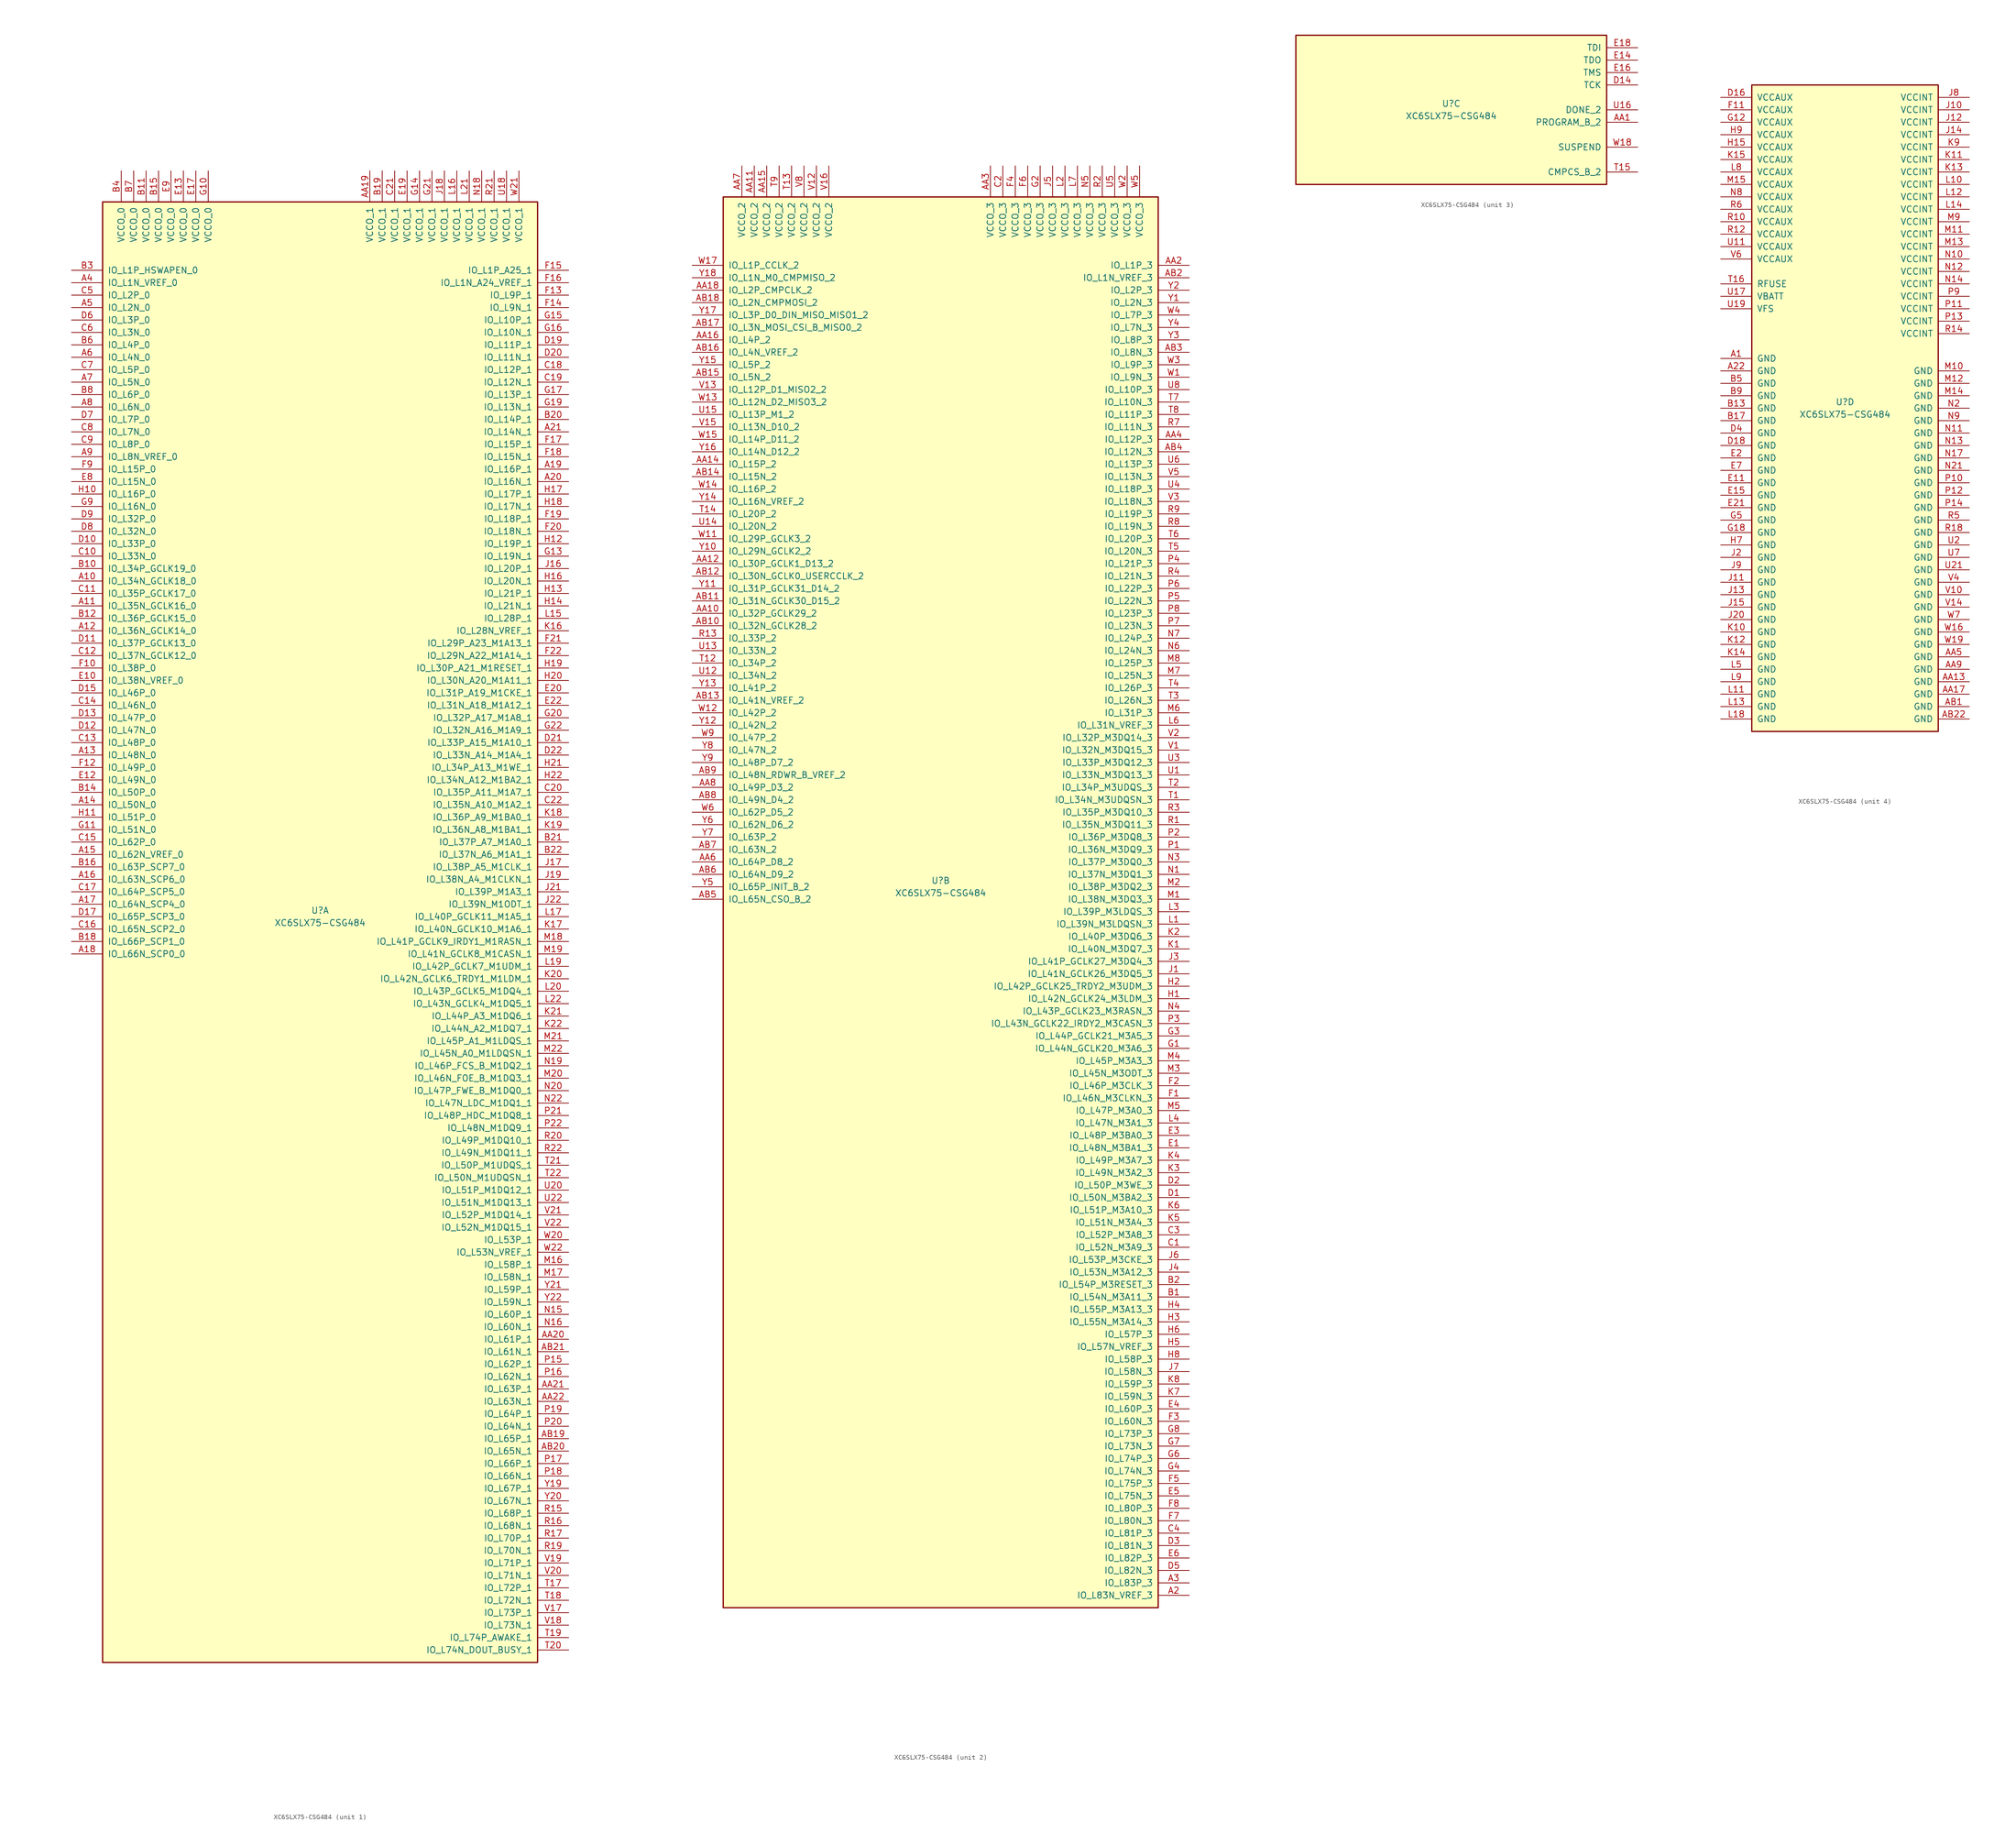
<source format=kicad_sym>
(kicad_symbol_lib
  (version 20201005)
  (generator kicad_symbol_editor)
  (symbol "FPGA_Xilinx_Spartan6:XC6SLX75-CSG484"
    (pin_names
      (offset 1.016))
    (property "Reference" "U"
      (at 0 1.27 0)
      (effects (font (size 1.27 1.27))))
    (property "Value" "XC6SLX75-CSG484"
      (at 0 -1.27 0)
      (effects (font (size 1.27 1.27))))
    (property "Datasheet" ""
      (at 0 0 0)
      (effects (font (size 1.27 1.27))))
    (property "ki_locked" ""
      (at 0 0 0)
      (effects (font (size 1.27 1.27))))
    (symbol "XC6SLX75-CSG484_1_1"
      (rectangle (start -44.45 146.05) (end 44.45 -152.4) (stroke (width 0.254)) (fill (type background)))
      (pin power_in line (at -40.64 152.4 270) (length 6.35) (name "VCCO_0" (effects (font (size 1.27 1.27)))) (number "B4" (effects (font (size 1.27 1.27)))))
      (pin power_in line (at -38.1 152.4 270) (length 6.35) (name "VCCO_0" (effects (font (size 1.27 1.27)))) (number "B7" (effects (font (size 1.27 1.27)))))
      (pin power_in line (at -35.56 152.4 270) (length 6.35) (name "VCCO_0" (effects (font (size 1.27 1.27)))) (number "B11" (effects (font (size 1.27 1.27)))))
      (pin power_in line (at -33.02 152.4 270) (length 6.35) (name "VCCO_0" (effects (font (size 1.27 1.27)))) (number "B15" (effects (font (size 1.27 1.27)))))
      (pin power_in line (at -30.48 152.4 270) (length 6.35) (name "VCCO_0" (effects (font (size 1.27 1.27)))) (number "E9" (effects (font (size 1.27 1.27)))))
      (pin power_in line (at -27.94 152.4 270) (length 6.35) (name "VCCO_0" (effects (font (size 1.27 1.27)))) (number "E13" (effects (font (size 1.27 1.27)))))
      (pin power_in line (at -25.4 152.4 270) (length 6.35) (name "VCCO_0" (effects (font (size 1.27 1.27)))) (number "E17" (effects (font (size 1.27 1.27)))))
      (pin power_in line (at -22.86 152.4 270) (length 6.35) (name "VCCO_0" (effects (font (size 1.27 1.27)))) (number "G10" (effects (font (size 1.27 1.27)))))
      (pin bidirectional line (at -50.8 132.08 0) (length 6.35) (name "IO_L1P_HSWAPEN_0" (effects (font (size 1.27 1.27)))) (number "B3" (effects (font (size 1.27 1.27)))))
      (pin bidirectional line (at -50.8 129.54 0) (length 6.35) (name "IO_L1N_VREF_0" (effects (font (size 1.27 1.27)))) (number "A4" (effects (font (size 1.27 1.27)))))
      (pin bidirectional line (at -50.8 127 0) (length 6.35) (name "IO_L2P_0" (effects (font (size 1.27 1.27)))) (number "C5" (effects (font (size 1.27 1.27)))))
      (pin bidirectional line (at -50.8 124.46 0) (length 6.35) (name "IO_L2N_0" (effects (font (size 1.27 1.27)))) (number "A5" (effects (font (size 1.27 1.27)))))
      (pin bidirectional line (at -50.8 121.92 0) (length 6.35) (name "IO_L3P_0" (effects (font (size 1.27 1.27)))) (number "D6" (effects (font (size 1.27 1.27)))))
      (pin bidirectional line (at -50.8 119.38 0) (length 6.35) (name "IO_L3N_0" (effects (font (size 1.27 1.27)))) (number "C6" (effects (font (size 1.27 1.27)))))
      (pin bidirectional line (at -50.8 116.84 0) (length 6.35) (name "IO_L4P_0" (effects (font (size 1.27 1.27)))) (number "B6" (effects (font (size 1.27 1.27)))))
      (pin bidirectional line (at -50.8 114.3 0) (length 6.35) (name "IO_L4N_0" (effects (font (size 1.27 1.27)))) (number "A6" (effects (font (size 1.27 1.27)))))
      (pin bidirectional line (at -50.8 111.76 0) (length 6.35) (name "IO_L5P_0" (effects (font (size 1.27 1.27)))) (number "C7" (effects (font (size 1.27 1.27)))))
      (pin bidirectional line (at -50.8 109.22 0) (length 6.35) (name "IO_L5N_0" (effects (font (size 1.27 1.27)))) (number "A7" (effects (font (size 1.27 1.27)))))
      (pin bidirectional line (at -50.8 106.68 0) (length 6.35) (name "IO_L6P_0" (effects (font (size 1.27 1.27)))) (number "B8" (effects (font (size 1.27 1.27)))))
      (pin bidirectional line (at -50.8 104.14 0) (length 6.35) (name "IO_L6N_0" (effects (font (size 1.27 1.27)))) (number "A8" (effects (font (size 1.27 1.27)))))
      (pin bidirectional line (at -50.8 101.6 0) (length 6.35) (name "IO_L7P_0" (effects (font (size 1.27 1.27)))) (number "D7" (effects (font (size 1.27 1.27)))))
      (pin bidirectional line (at -50.8 99.06 0) (length 6.35) (name "IO_L7N_0" (effects (font (size 1.27 1.27)))) (number "C8" (effects (font (size 1.27 1.27)))))
      (pin bidirectional line (at -50.8 96.52 0) (length 6.35) (name "IO_L8P_0" (effects (font (size 1.27 1.27)))) (number "C9" (effects (font (size 1.27 1.27)))))
      (pin bidirectional line (at -50.8 93.98 0) (length 6.35) (name "IO_L8N_VREF_0" (effects (font (size 1.27 1.27)))) (number "A9" (effects (font (size 1.27 1.27)))))
      (pin bidirectional line (at -50.8 91.44 0) (length 6.35) (name "IO_L15P_0" (effects (font (size 1.27 1.27)))) (number "F9" (effects (font (size 1.27 1.27)))))
      (pin bidirectional line (at -50.8 88.9 0) (length 6.35) (name "IO_L15N_0" (effects (font (size 1.27 1.27)))) (number "E8" (effects (font (size 1.27 1.27)))))
      (pin bidirectional line (at -50.8 86.36 0) (length 6.35) (name "IO_L16P_0" (effects (font (size 1.27 1.27)))) (number "H10" (effects (font (size 1.27 1.27)))))
      (pin bidirectional line (at -50.8 83.82 0) (length 6.35) (name "IO_L16N_0" (effects (font (size 1.27 1.27)))) (number "G9" (effects (font (size 1.27 1.27)))))
      (pin bidirectional line (at -50.8 81.28 0) (length 6.35) (name "IO_L32P_0" (effects (font (size 1.27 1.27)))) (number "D9" (effects (font (size 1.27 1.27)))))
      (pin bidirectional line (at -50.8 78.74 0) (length 6.35) (name "IO_L32N_0" (effects (font (size 1.27 1.27)))) (number "D8" (effects (font (size 1.27 1.27)))))
      (pin bidirectional line (at -50.8 76.2 0) (length 6.35) (name "IO_L33P_0" (effects (font (size 1.27 1.27)))) (number "D10" (effects (font (size 1.27 1.27)))))
      (pin bidirectional line (at -50.8 73.66 0) (length 6.35) (name "IO_L33N_0" (effects (font (size 1.27 1.27)))) (number "C10" (effects (font (size 1.27 1.27)))))
      (pin bidirectional line (at -50.8 71.12 0) (length 6.35) (name "IO_L34P_GCLK19_0" (effects (font (size 1.27 1.27)))) (number "B10" (effects (font (size 1.27 1.27)))))
      (pin bidirectional line (at -50.8 68.58 0) (length 6.35) (name "IO_L34N_GCLK18_0" (effects (font (size 1.27 1.27)))) (number "A10" (effects (font (size 1.27 1.27)))))
      (pin bidirectional line (at -50.8 66.04 0) (length 6.35) (name "IO_L35P_GCLK17_0" (effects (font (size 1.27 1.27)))) (number "C11" (effects (font (size 1.27 1.27)))))
      (pin bidirectional line (at -50.8 63.5 0) (length 6.35) (name "IO_L35N_GCLK16_0" (effects (font (size 1.27 1.27)))) (number "A11" (effects (font (size 1.27 1.27)))))
      (pin bidirectional line (at -50.8 60.96 0) (length 6.35) (name "IO_L36P_GCLK15_0" (effects (font (size 1.27 1.27)))) (number "B12" (effects (font (size 1.27 1.27)))))
      (pin bidirectional line (at -50.8 58.42 0) (length 6.35) (name "IO_L36N_GCLK14_0" (effects (font (size 1.27 1.27)))) (number "A12" (effects (font (size 1.27 1.27)))))
      (pin bidirectional line (at -50.8 55.88 0) (length 6.35) (name "IO_L37P_GCLK13_0" (effects (font (size 1.27 1.27)))) (number "D11" (effects (font (size 1.27 1.27)))))
      (pin bidirectional line (at -50.8 53.34 0) (length 6.35) (name "IO_L37N_GCLK12_0" (effects (font (size 1.27 1.27)))) (number "C12" (effects (font (size 1.27 1.27)))))
      (pin bidirectional line (at -50.8 50.8 0) (length 6.35) (name "IO_L38P_0" (effects (font (size 1.27 1.27)))) (number "F10" (effects (font (size 1.27 1.27)))))
      (pin bidirectional line (at -50.8 48.26 0) (length 6.35) (name "IO_L38N_VREF_0" (effects (font (size 1.27 1.27)))) (number "E10" (effects (font (size 1.27 1.27)))))
      (pin bidirectional line (at -50.8 45.72 0) (length 6.35) (name "IO_L46P_0" (effects (font (size 1.27 1.27)))) (number "D15" (effects (font (size 1.27 1.27)))))
      (pin bidirectional line (at -50.8 43.18 0) (length 6.35) (name "IO_L46N_0" (effects (font (size 1.27 1.27)))) (number "C14" (effects (font (size 1.27 1.27)))))
      (pin bidirectional line (at -50.8 40.64 0) (length 6.35) (name "IO_L47P_0" (effects (font (size 1.27 1.27)))) (number "D13" (effects (font (size 1.27 1.27)))))
      (pin bidirectional line (at -50.8 38.1 0) (length 6.35) (name "IO_L47N_0" (effects (font (size 1.27 1.27)))) (number "D12" (effects (font (size 1.27 1.27)))))
      (pin bidirectional line (at -50.8 35.56 0) (length 6.35) (name "IO_L48P_0" (effects (font (size 1.27 1.27)))) (number "C13" (effects (font (size 1.27 1.27)))))
      (pin bidirectional line (at -50.8 33.02 0) (length 6.35) (name "IO_L48N_0" (effects (font (size 1.27 1.27)))) (number "A13" (effects (font (size 1.27 1.27)))))
      (pin bidirectional line (at -50.8 30.48 0) (length 6.35) (name "IO_L49P_0" (effects (font (size 1.27 1.27)))) (number "F12" (effects (font (size 1.27 1.27)))))
      (pin bidirectional line (at -50.8 27.94 0) (length 6.35) (name "IO_L49N_0" (effects (font (size 1.27 1.27)))) (number "E12" (effects (font (size 1.27 1.27)))))
      (pin bidirectional line (at -50.8 25.4 0) (length 6.35) (name "IO_L50P_0" (effects (font (size 1.27 1.27)))) (number "B14" (effects (font (size 1.27 1.27)))))
      (pin bidirectional line (at -50.8 22.86 0) (length 6.35) (name "IO_L50N_0" (effects (font (size 1.27 1.27)))) (number "A14" (effects (font (size 1.27 1.27)))))
      (pin bidirectional line (at -50.8 20.32 0) (length 6.35) (name "IO_L51P_0" (effects (font (size 1.27 1.27)))) (number "H11" (effects (font (size 1.27 1.27)))))
      (pin bidirectional line (at -50.8 17.78 0) (length 6.35) (name "IO_L51N_0" (effects (font (size 1.27 1.27)))) (number "G11" (effects (font (size 1.27 1.27)))))
      (pin bidirectional line (at -50.8 15.24 0) (length 6.35) (name "IO_L62P_0" (effects (font (size 1.27 1.27)))) (number "C15" (effects (font (size 1.27 1.27)))))
      (pin bidirectional line (at -50.8 12.7 0) (length 6.35) (name "IO_L62N_VREF_0" (effects (font (size 1.27 1.27)))) (number "A15" (effects (font (size 1.27 1.27)))))
      (pin bidirectional line (at -50.8 10.16 0) (length 6.35) (name "IO_L63P_SCP7_0" (effects (font (size 1.27 1.27)))) (number "B16" (effects (font (size 1.27 1.27)))))
      (pin bidirectional line (at -50.8 7.62 0) (length 6.35) (name "IO_L63N_SCP6_0" (effects (font (size 1.27 1.27)))) (number "A16" (effects (font (size 1.27 1.27)))))
      (pin bidirectional line (at -50.8 5.08 0) (length 6.35) (name "IO_L64P_SCP5_0" (effects (font (size 1.27 1.27)))) (number "C17" (effects (font (size 1.27 1.27)))))
      (pin bidirectional line (at -50.8 2.54 0) (length 6.35) (name "IO_L64N_SCP4_0" (effects (font (size 1.27 1.27)))) (number "A17" (effects (font (size 1.27 1.27)))))
      (pin bidirectional line (at -50.8 0 0) (length 6.35) (name "IO_L65P_SCP3_0" (effects (font (size 1.27 1.27)))) (number "D17" (effects (font (size 1.27 1.27)))))
      (pin bidirectional line (at -50.8 -2.54 0) (length 6.35) (name "IO_L65N_SCP2_0" (effects (font (size 1.27 1.27)))) (number "C16" (effects (font (size 1.27 1.27)))))
      (pin bidirectional line (at -50.8 -5.08 0) (length 6.35) (name "IO_L66P_SCP1_0" (effects (font (size 1.27 1.27)))) (number "B18" (effects (font (size 1.27 1.27)))))
      (pin bidirectional line (at -50.8 -7.62 0) (length 6.35) (name "IO_L66N_SCP0_0" (effects (font (size 1.27 1.27)))) (number "A18" (effects (font (size 1.27 1.27)))))
      (pin power_in line (at 10.16 152.4 270) (length 6.35) (name "VCCO_1" (effects (font (size 1.27 1.27)))) (number "AA19" (effects (font (size 1.27 1.27)))))
      (pin power_in line (at 12.7 152.4 270) (length 6.35) (name "VCCO_1" (effects (font (size 1.27 1.27)))) (number "B19" (effects (font (size 1.27 1.27)))))
      (pin power_in line (at 15.24 152.4 270) (length 6.35) (name "VCCO_1" (effects (font (size 1.27 1.27)))) (number "C21" (effects (font (size 1.27 1.27)))))
      (pin power_in line (at 17.78 152.4 270) (length 6.35) (name "VCCO_1" (effects (font (size 1.27 1.27)))) (number "E19" (effects (font (size 1.27 1.27)))))
      (pin power_in line (at 20.32 152.4 270) (length 6.35) (name "VCCO_1" (effects (font (size 1.27 1.27)))) (number "G14" (effects (font (size 1.27 1.27)))))
      (pin power_in line (at 22.86 152.4 270) (length 6.35) (name "VCCO_1" (effects (font (size 1.27 1.27)))) (number "G21" (effects (font (size 1.27 1.27)))))
      (pin power_in line (at 25.4 152.4 270) (length 6.35) (name "VCCO_1" (effects (font (size 1.27 1.27)))) (number "J18" (effects (font (size 1.27 1.27)))))
      (pin power_in line (at 27.94 152.4 270) (length 6.35) (name "VCCO_1" (effects (font (size 1.27 1.27)))) (number "L16" (effects (font (size 1.27 1.27)))))
      (pin power_in line (at 30.48 152.4 270) (length 6.35) (name "VCCO_1" (effects (font (size 1.27 1.27)))) (number "L21" (effects (font (size 1.27 1.27)))))
      (pin power_in line (at 33.02 152.4 270) (length 6.35) (name "VCCO_1" (effects (font (size 1.27 1.27)))) (number "N18" (effects (font (size 1.27 1.27)))))
      (pin power_in line (at 35.56 152.4 270) (length 6.35) (name "VCCO_1" (effects (font (size 1.27 1.27)))) (number "R21" (effects (font (size 1.27 1.27)))))
      (pin power_in line (at 38.1 152.4 270) (length 6.35) (name "VCCO_1" (effects (font (size 1.27 1.27)))) (number "U18" (effects (font (size 1.27 1.27)))))
      (pin power_in line (at 40.64 152.4 270) (length 6.35) (name "VCCO_1" (effects (font (size 1.27 1.27)))) (number "W21" (effects (font (size 1.27 1.27)))))
      (pin bidirectional line (at 50.8 132.08 180) (length 6.35) (name "IO_L1P_A25_1" (effects (font (size 1.27 1.27)))) (number "F15" (effects (font (size 1.27 1.27)))))
      (pin bidirectional line (at 50.8 129.54 180) (length 6.35) (name "IO_L1N_A24_VREF_1" (effects (font (size 1.27 1.27)))) (number "F16" (effects (font (size 1.27 1.27)))))
      (pin bidirectional line (at 50.8 127 180) (length 6.35) (name "IO_L9P_1" (effects (font (size 1.27 1.27)))) (number "F13" (effects (font (size 1.27 1.27)))))
      (pin bidirectional line (at 50.8 124.46 180) (length 6.35) (name "IO_L9N_1" (effects (font (size 1.27 1.27)))) (number "F14" (effects (font (size 1.27 1.27)))))
      (pin bidirectional line (at 50.8 121.92 180) (length 6.35) (name "IO_L10P_1" (effects (font (size 1.27 1.27)))) (number "G15" (effects (font (size 1.27 1.27)))))
      (pin bidirectional line (at 50.8 119.38 180) (length 6.35) (name "IO_L10N_1" (effects (font (size 1.27 1.27)))) (number "G16" (effects (font (size 1.27 1.27)))))
      (pin bidirectional line (at 50.8 116.84 180) (length 6.35) (name "IO_L11P_1" (effects (font (size 1.27 1.27)))) (number "D19" (effects (font (size 1.27 1.27)))))
      (pin bidirectional line (at 50.8 114.3 180) (length 6.35) (name "IO_L11N_1" (effects (font (size 1.27 1.27)))) (number "D20" (effects (font (size 1.27 1.27)))))
      (pin bidirectional line (at 50.8 111.76 180) (length 6.35) (name "IO_L12P_1" (effects (font (size 1.27 1.27)))) (number "C18" (effects (font (size 1.27 1.27)))))
      (pin bidirectional line (at 50.8 109.22 180) (length 6.35) (name "IO_L12N_1" (effects (font (size 1.27 1.27)))) (number "C19" (effects (font (size 1.27 1.27)))))
      (pin bidirectional line (at 50.8 106.68 180) (length 6.35) (name "IO_L13P_1" (effects (font (size 1.27 1.27)))) (number "G17" (effects (font (size 1.27 1.27)))))
      (pin bidirectional line (at 50.8 104.14 180) (length 6.35) (name "IO_L13N_1" (effects (font (size 1.27 1.27)))) (number "G19" (effects (font (size 1.27 1.27)))))
      (pin bidirectional line (at 50.8 101.6 180) (length 6.35) (name "IO_L14P_1" (effects (font (size 1.27 1.27)))) (number "B20" (effects (font (size 1.27 1.27)))))
      (pin bidirectional line (at 50.8 99.06 180) (length 6.35) (name "IO_L14N_1" (effects (font (size 1.27 1.27)))) (number "A21" (effects (font (size 1.27 1.27)))))
      (pin bidirectional line (at 50.8 96.52 180) (length 6.35) (name "IO_L15P_1" (effects (font (size 1.27 1.27)))) (number "F17" (effects (font (size 1.27 1.27)))))
      (pin bidirectional line (at 50.8 93.98 180) (length 6.35) (name "IO_L15N_1" (effects (font (size 1.27 1.27)))) (number "F18" (effects (font (size 1.27 1.27)))))
      (pin bidirectional line (at 50.8 91.44 180) (length 6.35) (name "IO_L16P_1" (effects (font (size 1.27 1.27)))) (number "A19" (effects (font (size 1.27 1.27)))))
      (pin bidirectional line (at 50.8 88.9 180) (length 6.35) (name "IO_L16N_1" (effects (font (size 1.27 1.27)))) (number "A20" (effects (font (size 1.27 1.27)))))
      (pin bidirectional line (at 50.8 86.36 180) (length 6.35) (name "IO_L17P_1" (effects (font (size 1.27 1.27)))) (number "H17" (effects (font (size 1.27 1.27)))))
      (pin bidirectional line (at 50.8 83.82 180) (length 6.35) (name "IO_L17N_1" (effects (font (size 1.27 1.27)))) (number "H18" (effects (font (size 1.27 1.27)))))
      (pin bidirectional line (at 50.8 81.28 180) (length 6.35) (name "IO_L18P_1" (effects (font (size 1.27 1.27)))) (number "F19" (effects (font (size 1.27 1.27)))))
      (pin bidirectional line (at 50.8 78.74 180) (length 6.35) (name "IO_L18N_1" (effects (font (size 1.27 1.27)))) (number "F20" (effects (font (size 1.27 1.27)))))
      (pin bidirectional line (at 50.8 76.2 180) (length 6.35) (name "IO_L19P_1" (effects (font (size 1.27 1.27)))) (number "H12" (effects (font (size 1.27 1.27)))))
      (pin bidirectional line (at 50.8 73.66 180) (length 6.35) (name "IO_L19N_1" (effects (font (size 1.27 1.27)))) (number "G13" (effects (font (size 1.27 1.27)))))
      (pin bidirectional line (at 50.8 71.12 180) (length 6.35) (name "IO_L20P_1" (effects (font (size 1.27 1.27)))) (number "J16" (effects (font (size 1.27 1.27)))))
      (pin bidirectional line (at 50.8 68.58 180) (length 6.35) (name "IO_L20N_1" (effects (font (size 1.27 1.27)))) (number "H16" (effects (font (size 1.27 1.27)))))
      (pin bidirectional line (at 50.8 66.04 180) (length 6.35) (name "IO_L21P_1" (effects (font (size 1.27 1.27)))) (number "H13" (effects (font (size 1.27 1.27)))))
      (pin bidirectional line (at 50.8 63.5 180) (length 6.35) (name "IO_L21N_1" (effects (font (size 1.27 1.27)))) (number "H14" (effects (font (size 1.27 1.27)))))
      (pin bidirectional line (at 50.8 60.96 180) (length 6.35) (name "IO_L28P_1" (effects (font (size 1.27 1.27)))) (number "L15" (effects (font (size 1.27 1.27)))))
      (pin bidirectional line (at 50.8 58.42 180) (length 6.35) (name "IO_L28N_VREF_1" (effects (font (size 1.27 1.27)))) (number "K16" (effects (font (size 1.27 1.27)))))
      (pin bidirectional line (at 50.8 55.88 180) (length 6.35) (name "IO_L29P_A23_M1A13_1" (effects (font (size 1.27 1.27)))) (number "F21" (effects (font (size 1.27 1.27)))))
      (pin bidirectional line (at 50.8 53.34 180) (length 6.35) (name "IO_L29N_A22_M1A14_1" (effects (font (size 1.27 1.27)))) (number "F22" (effects (font (size 1.27 1.27)))))
      (pin bidirectional line (at 50.8 50.8 180) (length 6.35) (name "IO_L30P_A21_M1RESET_1" (effects (font (size 1.27 1.27)))) (number "H19" (effects (font (size 1.27 1.27)))))
      (pin bidirectional line (at 50.8 48.26 180) (length 6.35) (name "IO_L30N_A20_M1A11_1" (effects (font (size 1.27 1.27)))) (number "H20" (effects (font (size 1.27 1.27)))))
      (pin bidirectional line (at 50.8 45.72 180) (length 6.35) (name "IO_L31P_A19_M1CKE_1" (effects (font (size 1.27 1.27)))) (number "E20" (effects (font (size 1.27 1.27)))))
      (pin bidirectional line (at 50.8 43.18 180) (length 6.35) (name "IO_L31N_A18_M1A12_1" (effects (font (size 1.27 1.27)))) (number "E22" (effects (font (size 1.27 1.27)))))
      (pin bidirectional line (at 50.8 40.64 180) (length 6.35) (name "IO_L32P_A17_M1A8_1" (effects (font (size 1.27 1.27)))) (number "G20" (effects (font (size 1.27 1.27)))))
      (pin bidirectional line (at 50.8 38.1 180) (length 6.35) (name "IO_L32N_A16_M1A9_1" (effects (font (size 1.27 1.27)))) (number "G22" (effects (font (size 1.27 1.27)))))
      (pin bidirectional line (at 50.8 35.56 180) (length 6.35) (name "IO_L33P_A15_M1A10_1" (effects (font (size 1.27 1.27)))) (number "D21" (effects (font (size 1.27 1.27)))))
      (pin bidirectional line (at 50.8 33.02 180) (length 6.35) (name "IO_L33N_A14_M1A4_1" (effects (font (size 1.27 1.27)))) (number "D22" (effects (font (size 1.27 1.27)))))
      (pin bidirectional line (at 50.8 30.48 180) (length 6.35) (name "IO_L34P_A13_M1WE_1" (effects (font (size 1.27 1.27)))) (number "H21" (effects (font (size 1.27 1.27)))))
      (pin bidirectional line (at 50.8 27.94 180) (length 6.35) (name "IO_L34N_A12_M1BA2_1" (effects (font (size 1.27 1.27)))) (number "H22" (effects (font (size 1.27 1.27)))))
      (pin bidirectional line (at 50.8 25.4 180) (length 6.35) (name "IO_L35P_A11_M1A7_1" (effects (font (size 1.27 1.27)))) (number "C20" (effects (font (size 1.27 1.27)))))
      (pin bidirectional line (at 50.8 22.86 180) (length 6.35) (name "IO_L35N_A10_M1A2_1" (effects (font (size 1.27 1.27)))) (number "C22" (effects (font (size 1.27 1.27)))))
      (pin bidirectional line (at 50.8 20.32 180) (length 6.35) (name "IO_L36P_A9_M1BA0_1" (effects (font (size 1.27 1.27)))) (number "K18" (effects (font (size 1.27 1.27)))))
      (pin bidirectional line (at 50.8 17.78 180) (length 6.35) (name "IO_L36N_A8_M1BA1_1" (effects (font (size 1.27 1.27)))) (number "K19" (effects (font (size 1.27 1.27)))))
      (pin bidirectional line (at 50.8 15.24 180) (length 6.35) (name "IO_L37P_A7_M1A0_1" (effects (font (size 1.27 1.27)))) (number "B21" (effects (font (size 1.27 1.27)))))
      (pin bidirectional line (at 50.8 12.7 180) (length 6.35) (name "IO_L37N_A6_M1A1_1" (effects (font (size 1.27 1.27)))) (number "B22" (effects (font (size 1.27 1.27)))))
      (pin bidirectional line (at 50.8 10.16 180) (length 6.35) (name "IO_L38P_A5_M1CLK_1" (effects (font (size 1.27 1.27)))) (number "J17" (effects (font (size 1.27 1.27)))))
      (pin bidirectional line (at 50.8 7.62 180) (length 6.35) (name "IO_L38N_A4_M1CLKN_1" (effects (font (size 1.27 1.27)))) (number "J19" (effects (font (size 1.27 1.27)))))
      (pin bidirectional line (at 50.8 5.08 180) (length 6.35) (name "IO_L39P_M1A3_1" (effects (font (size 1.27 1.27)))) (number "J21" (effects (font (size 1.27 1.27)))))
      (pin bidirectional line (at 50.8 2.54 180) (length 6.35) (name "IO_L39N_M1ODT_1" (effects (font (size 1.27 1.27)))) (number "J22" (effects (font (size 1.27 1.27)))))
      (pin bidirectional line (at 50.8 0 180) (length 6.35) (name "IO_L40P_GCLK11_M1A5_1" (effects (font (size 1.27 1.27)))) (number "L17" (effects (font (size 1.27 1.27)))))
      (pin bidirectional line (at 50.8 -2.54 180) (length 6.35) (name "IO_L40N_GCLK10_M1A6_1" (effects (font (size 1.27 1.27)))) (number "K17" (effects (font (size 1.27 1.27)))))
      (pin bidirectional line (at 50.8 -5.08 180) (length 6.35) (name "IO_L41P_GCLK9_IRDY1_M1RASN_1" (effects (font (size 1.27 1.27)))) (number "M18" (effects (font (size 1.27 1.27)))))
      (pin bidirectional line (at 50.8 -7.62 180) (length 6.35) (name "IO_L41N_GCLK8_M1CASN_1" (effects (font (size 1.27 1.27)))) (number "M19" (effects (font (size 1.27 1.27)))))
      (pin bidirectional line (at 50.8 -10.16 180) (length 6.35) (name "IO_L42P_GCLK7_M1UDM_1" (effects (font (size 1.27 1.27)))) (number "L19" (effects (font (size 1.27 1.27)))))
      (pin bidirectional line (at 50.8 -12.7 180) (length 6.35) (name "IO_L42N_GCLK6_TRDY1_M1LDM_1" (effects (font (size 1.27 1.27)))) (number "K20" (effects (font (size 1.27 1.27)))))
      (pin bidirectional line (at 50.8 -15.24 180) (length 6.35) (name "IO_L43P_GCLK5_M1DQ4_1" (effects (font (size 1.27 1.27)))) (number "L20" (effects (font (size 1.27 1.27)))))
      (pin bidirectional line (at 50.8 -17.78 180) (length 6.35) (name "IO_L43N_GCLK4_M1DQ5_1" (effects (font (size 1.27 1.27)))) (number "L22" (effects (font (size 1.27 1.27)))))
      (pin bidirectional line (at 50.8 -20.32 180) (length 6.35) (name "IO_L44P_A3_M1DQ6_1" (effects (font (size 1.27 1.27)))) (number "K21" (effects (font (size 1.27 1.27)))))
      (pin bidirectional line (at 50.8 -22.86 180) (length 6.35) (name "IO_L44N_A2_M1DQ7_1" (effects (font (size 1.27 1.27)))) (number "K22" (effects (font (size 1.27 1.27)))))
      (pin bidirectional line (at 50.8 -25.4 180) (length 6.35) (name "IO_L45P_A1_M1LDQS_1" (effects (font (size 1.27 1.27)))) (number "M21" (effects (font (size 1.27 1.27)))))
      (pin bidirectional line (at 50.8 -27.94 180) (length 6.35) (name "IO_L45N_A0_M1LDQSN_1" (effects (font (size 1.27 1.27)))) (number "M22" (effects (font (size 1.27 1.27)))))
      (pin bidirectional line (at 50.8 -30.48 180) (length 6.35) (name "IO_L46P_FCS_B_M1DQ2_1" (effects (font (size 1.27 1.27)))) (number "N19" (effects (font (size 1.27 1.27)))))
      (pin bidirectional line (at 50.8 -33.02 180) (length 6.35) (name "IO_L46N_FOE_B_M1DQ3_1" (effects (font (size 1.27 1.27)))) (number "M20" (effects (font (size 1.27 1.27)))))
      (pin bidirectional line (at 50.8 -35.56 180) (length 6.35) (name "IO_L47P_FWE_B_M1DQ0_1" (effects (font (size 1.27 1.27)))) (number "N20" (effects (font (size 1.27 1.27)))))
      (pin bidirectional line (at 50.8 -38.1 180) (length 6.35) (name "IO_L47N_LDC_M1DQ1_1" (effects (font (size 1.27 1.27)))) (number "N22" (effects (font (size 1.27 1.27)))))
      (pin bidirectional line (at 50.8 -40.64 180) (length 6.35) (name "IO_L48P_HDC_M1DQ8_1" (effects (font (size 1.27 1.27)))) (number "P21" (effects (font (size 1.27 1.27)))))
      (pin bidirectional line (at 50.8 -43.18 180) (length 6.35) (name "IO_L48N_M1DQ9_1" (effects (font (size 1.27 1.27)))) (number "P22" (effects (font (size 1.27 1.27)))))
      (pin bidirectional line (at 50.8 -45.72 180) (length 6.35) (name "IO_L49P_M1DQ10_1" (effects (font (size 1.27 1.27)))) (number "R20" (effects (font (size 1.27 1.27)))))
      (pin bidirectional line (at 50.8 -48.26 180) (length 6.35) (name "IO_L49N_M1DQ11_1" (effects (font (size 1.27 1.27)))) (number "R22" (effects (font (size 1.27 1.27)))))
      (pin bidirectional line (at 50.8 -50.8 180) (length 6.35) (name "IO_L50P_M1UDQS_1" (effects (font (size 1.27 1.27)))) (number "T21" (effects (font (size 1.27 1.27)))))
      (pin bidirectional line (at 50.8 -53.34 180) (length 6.35) (name "IO_L50N_M1UDQSN_1" (effects (font (size 1.27 1.27)))) (number "T22" (effects (font (size 1.27 1.27)))))
      (pin bidirectional line (at 50.8 -55.88 180) (length 6.35) (name "IO_L51P_M1DQ12_1" (effects (font (size 1.27 1.27)))) (number "U20" (effects (font (size 1.27 1.27)))))
      (pin bidirectional line (at 50.8 -58.42 180) (length 6.35) (name "IO_L51N_M1DQ13_1" (effects (font (size 1.27 1.27)))) (number "U22" (effects (font (size 1.27 1.27)))))
      (pin bidirectional line (at 50.8 -60.96 180) (length 6.35) (name "IO_L52P_M1DQ14_1" (effects (font (size 1.27 1.27)))) (number "V21" (effects (font (size 1.27 1.27)))))
      (pin bidirectional line (at 50.8 -63.5 180) (length 6.35) (name "IO_L52N_M1DQ15_1" (effects (font (size 1.27 1.27)))) (number "V22" (effects (font (size 1.27 1.27)))))
      (pin bidirectional line (at 50.8 -66.04 180) (length 6.35) (name "IO_L53P_1" (effects (font (size 1.27 1.27)))) (number "W20" (effects (font (size 1.27 1.27)))))
      (pin bidirectional line (at 50.8 -68.58 180) (length 6.35) (name "IO_L53N_VREF_1" (effects (font (size 1.27 1.27)))) (number "W22" (effects (font (size 1.27 1.27)))))
      (pin bidirectional line (at 50.8 -71.12 180) (length 6.35) (name "IO_L58P_1" (effects (font (size 1.27 1.27)))) (number "M16" (effects (font (size 1.27 1.27)))))
      (pin bidirectional line (at 50.8 -73.66 180) (length 6.35) (name "IO_L58N_1" (effects (font (size 1.27 1.27)))) (number "M17" (effects (font (size 1.27 1.27)))))
      (pin bidirectional line (at 50.8 -76.2 180) (length 6.35) (name "IO_L59P_1" (effects (font (size 1.27 1.27)))) (number "Y21" (effects (font (size 1.27 1.27)))))
      (pin bidirectional line (at 50.8 -78.74 180) (length 6.35) (name "IO_L59N_1" (effects (font (size 1.27 1.27)))) (number "Y22" (effects (font (size 1.27 1.27)))))
      (pin bidirectional line (at 50.8 -81.28 180) (length 6.35) (name "IO_L60P_1" (effects (font (size 1.27 1.27)))) (number "N15" (effects (font (size 1.27 1.27)))))
      (pin bidirectional line (at 50.8 -83.82 180) (length 6.35) (name "IO_L60N_1" (effects (font (size 1.27 1.27)))) (number "N16" (effects (font (size 1.27 1.27)))))
      (pin bidirectional line (at 50.8 -86.36 180) (length 6.35) (name "IO_L61P_1" (effects (font (size 1.27 1.27)))) (number "AA20" (effects (font (size 1.27 1.27)))))
      (pin bidirectional line (at 50.8 -88.9 180) (length 6.35) (name "IO_L61N_1" (effects (font (size 1.27 1.27)))) (number "AB21" (effects (font (size 1.27 1.27)))))
      (pin bidirectional line (at 50.8 -91.44 180) (length 6.35) (name "IO_L62P_1" (effects (font (size 1.27 1.27)))) (number "P15" (effects (font (size 1.27 1.27)))))
      (pin bidirectional line (at 50.8 -93.98 180) (length 6.35) (name "IO_L62N_1" (effects (font (size 1.27 1.27)))) (number "P16" (effects (font (size 1.27 1.27)))))
      (pin bidirectional line (at 50.8 -96.52 180) (length 6.35) (name "IO_L63P_1" (effects (font (size 1.27 1.27)))) (number "AA21" (effects (font (size 1.27 1.27)))))
      (pin bidirectional line (at 50.8 -99.06 180) (length 6.35) (name "IO_L63N_1" (effects (font (size 1.27 1.27)))) (number "AA22" (effects (font (size 1.27 1.27)))))
      (pin bidirectional line (at 50.8 -101.6 180) (length 6.35) (name "IO_L64P_1" (effects (font (size 1.27 1.27)))) (number "P19" (effects (font (size 1.27 1.27)))))
      (pin bidirectional line (at 50.8 -104.14 180) (length 6.35) (name "IO_L64N_1" (effects (font (size 1.27 1.27)))) (number "P20" (effects (font (size 1.27 1.27)))))
      (pin bidirectional line (at 50.8 -106.68 180) (length 6.35) (name "IO_L65P_1" (effects (font (size 1.27 1.27)))) (number "AB19" (effects (font (size 1.27 1.27)))))
      (pin bidirectional line (at 50.8 -109.22 180) (length 6.35) (name "IO_L65N_1" (effects (font (size 1.27 1.27)))) (number "AB20" (effects (font (size 1.27 1.27)))))
      (pin bidirectional line (at 50.8 -111.76 180) (length 6.35) (name "IO_L66P_1" (effects (font (size 1.27 1.27)))) (number "P17" (effects (font (size 1.27 1.27)))))
      (pin bidirectional line (at 50.8 -114.3 180) (length 6.35) (name "IO_L66N_1" (effects (font (size 1.27 1.27)))) (number "P18" (effects (font (size 1.27 1.27)))))
      (pin bidirectional line (at 50.8 -116.84 180) (length 6.35) (name "IO_L67P_1" (effects (font (size 1.27 1.27)))) (number "Y19" (effects (font (size 1.27 1.27)))))
      (pin bidirectional line (at 50.8 -119.38 180) (length 6.35) (name "IO_L67N_1" (effects (font (size 1.27 1.27)))) (number "Y20" (effects (font (size 1.27 1.27)))))
      (pin bidirectional line (at 50.8 -121.92 180) (length 6.35) (name "IO_L68P_1" (effects (font (size 1.27 1.27)))) (number "R15" (effects (font (size 1.27 1.27)))))
      (pin bidirectional line (at 50.8 -124.46 180) (length 6.35) (name "IO_L68N_1" (effects (font (size 1.27 1.27)))) (number "R16" (effects (font (size 1.27 1.27)))))
      (pin bidirectional line (at 50.8 -127 180) (length 6.35) (name "IO_L70P_1" (effects (font (size 1.27 1.27)))) (number "R17" (effects (font (size 1.27 1.27)))))
      (pin bidirectional line (at 50.8 -129.54 180) (length 6.35) (name "IO_L70N_1" (effects (font (size 1.27 1.27)))) (number "R19" (effects (font (size 1.27 1.27)))))
      (pin bidirectional line (at 50.8 -132.08 180) (length 6.35) (name "IO_L71P_1" (effects (font (size 1.27 1.27)))) (number "V19" (effects (font (size 1.27 1.27)))))
      (pin bidirectional line (at 50.8 -134.62 180) (length 6.35) (name "IO_L71N_1" (effects (font (size 1.27 1.27)))) (number "V20" (effects (font (size 1.27 1.27)))))
      (pin bidirectional line (at 50.8 -137.16 180) (length 6.35) (name "IO_L72P_1" (effects (font (size 1.27 1.27)))) (number "T17" (effects (font (size 1.27 1.27)))))
      (pin bidirectional line (at 50.8 -139.7 180) (length 6.35) (name "IO_L72N_1" (effects (font (size 1.27 1.27)))) (number "T18" (effects (font (size 1.27 1.27)))))
      (pin bidirectional line (at 50.8 -142.24 180) (length 6.35) (name "IO_L73P_1" (effects (font (size 1.27 1.27)))) (number "V17" (effects (font (size 1.27 1.27)))))
      (pin bidirectional line (at 50.8 -144.78 180) (length 6.35) (name "IO_L73N_1" (effects (font (size 1.27 1.27)))) (number "V18" (effects (font (size 1.27 1.27)))))
      (pin bidirectional line (at 50.8 -147.32 180) (length 6.35) (name "IO_L74P_AWAKE_1" (effects (font (size 1.27 1.27)))) (number "T19" (effects (font (size 1.27 1.27)))))
      (pin bidirectional line (at 50.8 -149.86 180) (length 6.35) (name "IO_L74N_DOUT_BUSY_1" (effects (font (size 1.27 1.27)))) (number "T20" (effects (font (size 1.27 1.27))))))
    (symbol "XC6SLX75-CSG484_2_1"
      (rectangle (start -44.45 140.97) (end 44.45 -147.32) (stroke (width 0.254)) (fill (type background)))
      (pin power_in line (at -40.64 147.32 270) (length 6.35) (name "VCCO_2" (effects (font (size 1.27 1.27)))) (number "AA7" (effects (font (size 1.27 1.27)))))
      (pin power_in line (at -38.1 147.32 270) (length 6.35) (name "VCCO_2" (effects (font (size 1.27 1.27)))) (number "AA11" (effects (font (size 1.27 1.27)))))
      (pin power_in line (at -35.56 147.32 270) (length 6.35) (name "VCCO_2" (effects (font (size 1.27 1.27)))) (number "AA15" (effects (font (size 1.27 1.27)))))
      (pin power_in line (at -33.02 147.32 270) (length 6.35) (name "VCCO_2" (effects (font (size 1.27 1.27)))) (number "T9" (effects (font (size 1.27 1.27)))))
      (pin power_in line (at -30.48 147.32 270) (length 6.35) (name "VCCO_2" (effects (font (size 1.27 1.27)))) (number "T13" (effects (font (size 1.27 1.27)))))
      (pin power_in line (at -27.94 147.32 270) (length 6.35) (name "VCCO_2" (effects (font (size 1.27 1.27)))) (number "V8" (effects (font (size 1.27 1.27)))))
      (pin power_in line (at -25.4 147.32 270) (length 6.35) (name "VCCO_2" (effects (font (size 1.27 1.27)))) (number "V12" (effects (font (size 1.27 1.27)))))
      (pin power_in line (at -22.86 147.32 270) (length 6.35) (name "VCCO_2" (effects (font (size 1.27 1.27)))) (number "V16" (effects (font (size 1.27 1.27)))))
      (pin bidirectional line (at -50.8 127 0) (length 6.35) (name "IO_L1P_CCLK_2" (effects (font (size 1.27 1.27)))) (number "W17" (effects (font (size 1.27 1.27)))))
      (pin bidirectional line (at -50.8 124.46 0) (length 6.35) (name "IO_L1N_M0_CMPMISO_2" (effects (font (size 1.27 1.27)))) (number "Y18" (effects (font (size 1.27 1.27)))))
      (pin bidirectional line (at -50.8 121.92 0) (length 6.35) (name "IO_L2P_CMPCLK_2" (effects (font (size 1.27 1.27)))) (number "AA18" (effects (font (size 1.27 1.27)))))
      (pin bidirectional line (at -50.8 119.38 0) (length 6.35) (name "IO_L2N_CMPMOSI_2" (effects (font (size 1.27 1.27)))) (number "AB18" (effects (font (size 1.27 1.27)))))
      (pin bidirectional line (at -50.8 116.84 0) (length 6.35) (name "IO_L3P_D0_DIN_MISO_MISO1_2" (effects (font (size 1.27 1.27)))) (number "Y17" (effects (font (size 1.27 1.27)))))
      (pin bidirectional line (at -50.8 114.3 0) (length 6.35) (name "IO_L3N_MOSI_CSI_B_MISO0_2" (effects (font (size 1.27 1.27)))) (number "AB17" (effects (font (size 1.27 1.27)))))
      (pin bidirectional line (at -50.8 111.76 0) (length 6.35) (name "IO_L4P_2" (effects (font (size 1.27 1.27)))) (number "AA16" (effects (font (size 1.27 1.27)))))
      (pin bidirectional line (at -50.8 109.22 0) (length 6.35) (name "IO_L4N_VREF_2" (effects (font (size 1.27 1.27)))) (number "AB16" (effects (font (size 1.27 1.27)))))
      (pin bidirectional line (at -50.8 106.68 0) (length 6.35) (name "IO_L5P_2" (effects (font (size 1.27 1.27)))) (number "Y15" (effects (font (size 1.27 1.27)))))
      (pin bidirectional line (at -50.8 104.14 0) (length 6.35) (name "IO_L5N_2" (effects (font (size 1.27 1.27)))) (number "AB15" (effects (font (size 1.27 1.27)))))
      (pin bidirectional line (at -50.8 101.6 0) (length 6.35) (name "IO_L12P_D1_MISO2_2" (effects (font (size 1.27 1.27)))) (number "V13" (effects (font (size 1.27 1.27)))))
      (pin bidirectional line (at -50.8 99.06 0) (length 6.35) (name "IO_L12N_D2_MISO3_2" (effects (font (size 1.27 1.27)))) (number "W13" (effects (font (size 1.27 1.27)))))
      (pin bidirectional line (at -50.8 96.52 0) (length 6.35) (name "IO_L13P_M1_2" (effects (font (size 1.27 1.27)))) (number "U15" (effects (font (size 1.27 1.27)))))
      (pin bidirectional line (at -50.8 93.98 0) (length 6.35) (name "IO_L13N_D10_2" (effects (font (size 1.27 1.27)))) (number "V15" (effects (font (size 1.27 1.27)))))
      (pin bidirectional line (at -50.8 91.44 0) (length 6.35) (name "IO_L14P_D11_2" (effects (font (size 1.27 1.27)))) (number "W15" (effects (font (size 1.27 1.27)))))
      (pin bidirectional line (at -50.8 88.9 0) (length 6.35) (name "IO_L14N_D12_2" (effects (font (size 1.27 1.27)))) (number "Y16" (effects (font (size 1.27 1.27)))))
      (pin bidirectional line (at -50.8 86.36 0) (length 6.35) (name "IO_L15P_2" (effects (font (size 1.27 1.27)))) (number "AA14" (effects (font (size 1.27 1.27)))))
      (pin bidirectional line (at -50.8 83.82 0) (length 6.35) (name "IO_L15N_2" (effects (font (size 1.27 1.27)))) (number "AB14" (effects (font (size 1.27 1.27)))))
      (pin bidirectional line (at -50.8 81.28 0) (length 6.35) (name "IO_L16P_2" (effects (font (size 1.27 1.27)))) (number "W14" (effects (font (size 1.27 1.27)))))
      (pin bidirectional line (at -50.8 78.74 0) (length 6.35) (name "IO_L16N_VREF_2" (effects (font (size 1.27 1.27)))) (number "Y14" (effects (font (size 1.27 1.27)))))
      (pin bidirectional line (at -50.8 76.2 0) (length 6.35) (name "IO_L20P_2" (effects (font (size 1.27 1.27)))) (number "T14" (effects (font (size 1.27 1.27)))))
      (pin bidirectional line (at -50.8 73.66 0) (length 6.35) (name "IO_L20N_2" (effects (font (size 1.27 1.27)))) (number "U14" (effects (font (size 1.27 1.27)))))
      (pin bidirectional line (at -50.8 71.12 0) (length 6.35) (name "IO_L29P_GCLK3_2" (effects (font (size 1.27 1.27)))) (number "W11" (effects (font (size 1.27 1.27)))))
      (pin bidirectional line (at -50.8 68.58 0) (length 6.35) (name "IO_L29N_GCLK2_2" (effects (font (size 1.27 1.27)))) (number "Y10" (effects (font (size 1.27 1.27)))))
      (pin bidirectional line (at -50.8 66.04 0) (length 6.35) (name "IO_L30P_GCLK1_D13_2" (effects (font (size 1.27 1.27)))) (number "AA12" (effects (font (size 1.27 1.27)))))
      (pin bidirectional line (at -50.8 63.5 0) (length 6.35) (name "IO_L30N_GCLK0_USERCCLK_2" (effects (font (size 1.27 1.27)))) (number "AB12" (effects (font (size 1.27 1.27)))))
      (pin bidirectional line (at -50.8 60.96 0) (length 6.35) (name "IO_L31P_GCLK31_D14_2" (effects (font (size 1.27 1.27)))) (number "Y11" (effects (font (size 1.27 1.27)))))
      (pin bidirectional line (at -50.8 58.42 0) (length 6.35) (name "IO_L31N_GCLK30_D15_2" (effects (font (size 1.27 1.27)))) (number "AB11" (effects (font (size 1.27 1.27)))))
      (pin bidirectional line (at -50.8 55.88 0) (length 6.35) (name "IO_L32P_GCLK29_2" (effects (font (size 1.27 1.27)))) (number "AA10" (effects (font (size 1.27 1.27)))))
      (pin bidirectional line (at -50.8 53.34 0) (length 6.35) (name "IO_L32N_GCLK28_2" (effects (font (size 1.27 1.27)))) (number "AB10" (effects (font (size 1.27 1.27)))))
      (pin bidirectional line (at -50.8 50.8 0) (length 6.35) (name "IO_L33P_2" (effects (font (size 1.27 1.27)))) (number "R13" (effects (font (size 1.27 1.27)))))
      (pin bidirectional line (at -50.8 48.26 0) (length 6.35) (name "IO_L33N_2" (effects (font (size 1.27 1.27)))) (number "U13" (effects (font (size 1.27 1.27)))))
      (pin bidirectional line (at -50.8 45.72 0) (length 6.35) (name "IO_L34P_2" (effects (font (size 1.27 1.27)))) (number "T12" (effects (font (size 1.27 1.27)))))
      (pin bidirectional line (at -50.8 43.18 0) (length 6.35) (name "IO_L34N_2" (effects (font (size 1.27 1.27)))) (number "U12" (effects (font (size 1.27 1.27)))))
      (pin bidirectional line (at -50.8 40.64 0) (length 6.35) (name "IO_L41P_2" (effects (font (size 1.27 1.27)))) (number "Y13" (effects (font (size 1.27 1.27)))))
      (pin bidirectional line (at -50.8 38.1 0) (length 6.35) (name "IO_L41N_VREF_2" (effects (font (size 1.27 1.27)))) (number "AB13" (effects (font (size 1.27 1.27)))))
      (pin bidirectional line (at -50.8 35.56 0) (length 6.35) (name "IO_L42P_2" (effects (font (size 1.27 1.27)))) (number "W12" (effects (font (size 1.27 1.27)))))
      (pin bidirectional line (at -50.8 33.02 0) (length 6.35) (name "IO_L42N_2" (effects (font (size 1.27 1.27)))) (number "Y12" (effects (font (size 1.27 1.27)))))
      (pin bidirectional line (at -50.8 30.48 0) (length 6.35) (name "IO_L47P_2" (effects (font (size 1.27 1.27)))) (number "W9" (effects (font (size 1.27 1.27)))))
      (pin bidirectional line (at -50.8 27.94 0) (length 6.35) (name "IO_L47N_2" (effects (font (size 1.27 1.27)))) (number "Y8" (effects (font (size 1.27 1.27)))))
      (pin bidirectional line (at -50.8 25.4 0) (length 6.35) (name "IO_L48P_D7_2" (effects (font (size 1.27 1.27)))) (number "Y9" (effects (font (size 1.27 1.27)))))
      (pin bidirectional line (at -50.8 22.86 0) (length 6.35) (name "IO_L48N_RDWR_B_VREF_2" (effects (font (size 1.27 1.27)))) (number "AB9" (effects (font (size 1.27 1.27)))))
      (pin bidirectional line (at -50.8 20.32 0) (length 6.35) (name "IO_L49P_D3_2" (effects (font (size 1.27 1.27)))) (number "AA8" (effects (font (size 1.27 1.27)))))
      (pin bidirectional line (at -50.8 17.78 0) (length 6.35) (name "IO_L49N_D4_2" (effects (font (size 1.27 1.27)))) (number "AB8" (effects (font (size 1.27 1.27)))))
      (pin bidirectional line (at -50.8 15.24 0) (length 6.35) (name "IO_L62P_D5_2" (effects (font (size 1.27 1.27)))) (number "W6" (effects (font (size 1.27 1.27)))))
      (pin bidirectional line (at -50.8 12.7 0) (length 6.35) (name "IO_L62N_D6_2" (effects (font (size 1.27 1.27)))) (number "Y6" (effects (font (size 1.27 1.27)))))
      (pin bidirectional line (at -50.8 10.16 0) (length 6.35) (name "IO_L63P_2" (effects (font (size 1.27 1.27)))) (number "Y7" (effects (font (size 1.27 1.27)))))
      (pin bidirectional line (at -50.8 7.62 0) (length 6.35) (name "IO_L63N_2" (effects (font (size 1.27 1.27)))) (number "AB7" (effects (font (size 1.27 1.27)))))
      (pin bidirectional line (at -50.8 5.08 0) (length 6.35) (name "IO_L64P_D8_2" (effects (font (size 1.27 1.27)))) (number "AA6" (effects (font (size 1.27 1.27)))))
      (pin bidirectional line (at -50.8 2.54 0) (length 6.35) (name "IO_L64N_D9_2" (effects (font (size 1.27 1.27)))) (number "AB6" (effects (font (size 1.27 1.27)))))
      (pin bidirectional line (at -50.8 0 0) (length 6.35) (name "IO_L65P_INIT_B_2" (effects (font (size 1.27 1.27)))) (number "Y5" (effects (font (size 1.27 1.27)))))
      (pin bidirectional line (at -50.8 -2.54 0) (length 6.35) (name "IO_L65N_CSO_B_2" (effects (font (size 1.27 1.27)))) (number "AB5" (effects (font (size 1.27 1.27)))))
      (pin power_in line (at 10.16 147.32 270) (length 6.35) (name "VCCO_3" (effects (font (size 1.27 1.27)))) (number "AA3" (effects (font (size 1.27 1.27)))))
      (pin power_in line (at 12.7 147.32 270) (length 6.35) (name "VCCO_3" (effects (font (size 1.27 1.27)))) (number "C2" (effects (font (size 1.27 1.27)))))
      (pin power_in line (at 15.24 147.32 270) (length 6.35) (name "VCCO_3" (effects (font (size 1.27 1.27)))) (number "F4" (effects (font (size 1.27 1.27)))))
      (pin power_in line (at 17.78 147.32 270) (length 6.35) (name "VCCO_3" (effects (font (size 1.27 1.27)))) (number "F6" (effects (font (size 1.27 1.27)))))
      (pin power_in line (at 20.32 147.32 270) (length 6.35) (name "VCCO_3" (effects (font (size 1.27 1.27)))) (number "G2" (effects (font (size 1.27 1.27)))))
      (pin power_in line (at 22.86 147.32 270) (length 6.35) (name "VCCO_3" (effects (font (size 1.27 1.27)))) (number "J5" (effects (font (size 1.27 1.27)))))
      (pin power_in line (at 25.4 147.32 270) (length 6.35) (name "VCCO_3" (effects (font (size 1.27 1.27)))) (number "L2" (effects (font (size 1.27 1.27)))))
      (pin power_in line (at 27.94 147.32 270) (length 6.35) (name "VCCO_3" (effects (font (size 1.27 1.27)))) (number "L7" (effects (font (size 1.27 1.27)))))
      (pin power_in line (at 30.48 147.32 270) (length 6.35) (name "VCCO_3" (effects (font (size 1.27 1.27)))) (number "N5" (effects (font (size 1.27 1.27)))))
      (pin power_in line (at 33.02 147.32 270) (length 6.35) (name "VCCO_3" (effects (font (size 1.27 1.27)))) (number "R2" (effects (font (size 1.27 1.27)))))
      (pin power_in line (at 35.56 147.32 270) (length 6.35) (name "VCCO_3" (effects (font (size 1.27 1.27)))) (number "U5" (effects (font (size 1.27 1.27)))))
      (pin power_in line (at 38.1 147.32 270) (length 6.35) (name "VCCO_3" (effects (font (size 1.27 1.27)))) (number "W2" (effects (font (size 1.27 1.27)))))
      (pin power_in line (at 40.64 147.32 270) (length 6.35) (name "VCCO_3" (effects (font (size 1.27 1.27)))) (number "W5" (effects (font (size 1.27 1.27)))))
      (pin bidirectional line (at 50.8 127 180) (length 6.35) (name "IO_L1P_3" (effects (font (size 1.27 1.27)))) (number "AA2" (effects (font (size 1.27 1.27)))))
      (pin bidirectional line (at 50.8 124.46 180) (length 6.35) (name "IO_L1N_VREF_3" (effects (font (size 1.27 1.27)))) (number "AB2" (effects (font (size 1.27 1.27)))))
      (pin bidirectional line (at 50.8 121.92 180) (length 6.35) (name "IO_L2P_3" (effects (font (size 1.27 1.27)))) (number "Y2" (effects (font (size 1.27 1.27)))))
      (pin bidirectional line (at 50.8 119.38 180) (length 6.35) (name "IO_L2N_3" (effects (font (size 1.27 1.27)))) (number "Y1" (effects (font (size 1.27 1.27)))))
      (pin bidirectional line (at 50.8 116.84 180) (length 6.35) (name "IO_L7P_3" (effects (font (size 1.27 1.27)))) (number "W4" (effects (font (size 1.27 1.27)))))
      (pin bidirectional line (at 50.8 114.3 180) (length 6.35) (name "IO_L7N_3" (effects (font (size 1.27 1.27)))) (number "Y4" (effects (font (size 1.27 1.27)))))
      (pin bidirectional line (at 50.8 111.76 180) (length 6.35) (name "IO_L8P_3" (effects (font (size 1.27 1.27)))) (number "Y3" (effects (font (size 1.27 1.27)))))
      (pin bidirectional line (at 50.8 109.22 180) (length 6.35) (name "IO_L8N_3" (effects (font (size 1.27 1.27)))) (number "AB3" (effects (font (size 1.27 1.27)))))
      (pin bidirectional line (at 50.8 106.68 180) (length 6.35) (name "IO_L9P_3" (effects (font (size 1.27 1.27)))) (number "W3" (effects (font (size 1.27 1.27)))))
      (pin bidirectional line (at 50.8 104.14 180) (length 6.35) (name "IO_L9N_3" (effects (font (size 1.27 1.27)))) (number "W1" (effects (font (size 1.27 1.27)))))
      (pin bidirectional line (at 50.8 101.6 180) (length 6.35) (name "IO_L10P_3" (effects (font (size 1.27 1.27)))) (number "U8" (effects (font (size 1.27 1.27)))))
      (pin bidirectional line (at 50.8 99.06 180) (length 6.35) (name "IO_L10N_3" (effects (font (size 1.27 1.27)))) (number "T7" (effects (font (size 1.27 1.27)))))
      (pin bidirectional line (at 50.8 96.52 180) (length 6.35) (name "IO_L11P_3" (effects (font (size 1.27 1.27)))) (number "T8" (effects (font (size 1.27 1.27)))))
      (pin bidirectional line (at 50.8 93.98 180) (length 6.35) (name "IO_L11N_3" (effects (font (size 1.27 1.27)))) (number "R7" (effects (font (size 1.27 1.27)))))
      (pin bidirectional line (at 50.8 91.44 180) (length 6.35) (name "IO_L12P_3" (effects (font (size 1.27 1.27)))) (number "AA4" (effects (font (size 1.27 1.27)))))
      (pin bidirectional line (at 50.8 88.9 180) (length 6.35) (name "IO_L12N_3" (effects (font (size 1.27 1.27)))) (number "AB4" (effects (font (size 1.27 1.27)))))
      (pin bidirectional line (at 50.8 86.36 180) (length 6.35) (name "IO_L13P_3" (effects (font (size 1.27 1.27)))) (number "U6" (effects (font (size 1.27 1.27)))))
      (pin bidirectional line (at 50.8 83.82 180) (length 6.35) (name "IO_L13N_3" (effects (font (size 1.27 1.27)))) (number "V5" (effects (font (size 1.27 1.27)))))
      (pin bidirectional line (at 50.8 81.28 180) (length 6.35) (name "IO_L18P_3" (effects (font (size 1.27 1.27)))) (number "U4" (effects (font (size 1.27 1.27)))))
      (pin bidirectional line (at 50.8 78.74 180) (length 6.35) (name "IO_L18N_3" (effects (font (size 1.27 1.27)))) (number "V3" (effects (font (size 1.27 1.27)))))
      (pin bidirectional line (at 50.8 76.2 180) (length 6.35) (name "IO_L19P_3" (effects (font (size 1.27 1.27)))) (number "R9" (effects (font (size 1.27 1.27)))))
      (pin bidirectional line (at 50.8 73.66 180) (length 6.35) (name "IO_L19N_3" (effects (font (size 1.27 1.27)))) (number "R8" (effects (font (size 1.27 1.27)))))
      (pin bidirectional line (at 50.8 71.12 180) (length 6.35) (name "IO_L20P_3" (effects (font (size 1.27 1.27)))) (number "T6" (effects (font (size 1.27 1.27)))))
      (pin bidirectional line (at 50.8 68.58 180) (length 6.35) (name "IO_L20N_3" (effects (font (size 1.27 1.27)))) (number "T5" (effects (font (size 1.27 1.27)))))
      (pin bidirectional line (at 50.8 66.04 180) (length 6.35) (name "IO_L21P_3" (effects (font (size 1.27 1.27)))) (number "P4" (effects (font (size 1.27 1.27)))))
      (pin bidirectional line (at 50.8 63.5 180) (length 6.35) (name "IO_L21N_3" (effects (font (size 1.27 1.27)))) (number "R4" (effects (font (size 1.27 1.27)))))
      (pin bidirectional line (at 50.8 60.96 180) (length 6.35) (name "IO_L22P_3" (effects (font (size 1.27 1.27)))) (number "P6" (effects (font (size 1.27 1.27)))))
      (pin bidirectional line (at 50.8 58.42 180) (length 6.35) (name "IO_L22N_3" (effects (font (size 1.27 1.27)))) (number "P5" (effects (font (size 1.27 1.27)))))
      (pin bidirectional line (at 50.8 55.88 180) (length 6.35) (name "IO_L23P_3" (effects (font (size 1.27 1.27)))) (number "P8" (effects (font (size 1.27 1.27)))))
      (pin bidirectional line (at 50.8 53.34 180) (length 6.35) (name "IO_L23N_3" (effects (font (size 1.27 1.27)))) (number "P7" (effects (font (size 1.27 1.27)))))
      (pin bidirectional line (at 50.8 50.8 180) (length 6.35) (name "IO_L24P_3" (effects (font (size 1.27 1.27)))) (number "N7" (effects (font (size 1.27 1.27)))))
      (pin bidirectional line (at 50.8 48.26 180) (length 6.35) (name "IO_L24N_3" (effects (font (size 1.27 1.27)))) (number "N6" (effects (font (size 1.27 1.27)))))
      (pin bidirectional line (at 50.8 45.72 180) (length 6.35) (name "IO_L25P_3" (effects (font (size 1.27 1.27)))) (number "M8" (effects (font (size 1.27 1.27)))))
      (pin bidirectional line (at 50.8 43.18 180) (length 6.35) (name "IO_L25N_3" (effects (font (size 1.27 1.27)))) (number "M7" (effects (font (size 1.27 1.27)))))
      (pin bidirectional line (at 50.8 40.64 180) (length 6.35) (name "IO_L26P_3" (effects (font (size 1.27 1.27)))) (number "T4" (effects (font (size 1.27 1.27)))))
      (pin bidirectional line (at 50.8 38.1 180) (length 6.35) (name "IO_L26N_3" (effects (font (size 1.27 1.27)))) (number "T3" (effects (font (size 1.27 1.27)))))
      (pin bidirectional line (at 50.8 35.56 180) (length 6.35) (name "IO_L31P_3" (effects (font (size 1.27 1.27)))) (number "M6" (effects (font (size 1.27 1.27)))))
      (pin bidirectional line (at 50.8 33.02 180) (length 6.35) (name "IO_L31N_VREF_3" (effects (font (size 1.27 1.27)))) (number "L6" (effects (font (size 1.27 1.27)))))
      (pin bidirectional line (at 50.8 30.48 180) (length 6.35) (name "IO_L32P_M3DQ14_3" (effects (font (size 1.27 1.27)))) (number "V2" (effects (font (size 1.27 1.27)))))
      (pin bidirectional line (at 50.8 27.94 180) (length 6.35) (name "IO_L32N_M3DQ15_3" (effects (font (size 1.27 1.27)))) (number "V1" (effects (font (size 1.27 1.27)))))
      (pin bidirectional line (at 50.8 25.4 180) (length 6.35) (name "IO_L33P_M3DQ12_3" (effects (font (size 1.27 1.27)))) (number "U3" (effects (font (size 1.27 1.27)))))
      (pin bidirectional line (at 50.8 22.86 180) (length 6.35) (name "IO_L33N_M3DQ13_3" (effects (font (size 1.27 1.27)))) (number "U1" (effects (font (size 1.27 1.27)))))
      (pin bidirectional line (at 50.8 20.32 180) (length 6.35) (name "IO_L34P_M3UDQS_3" (effects (font (size 1.27 1.27)))) (number "T2" (effects (font (size 1.27 1.27)))))
      (pin bidirectional line (at 50.8 17.78 180) (length 6.35) (name "IO_L34N_M3UDQSN_3" (effects (font (size 1.27 1.27)))) (number "T1" (effects (font (size 1.27 1.27)))))
      (pin bidirectional line (at 50.8 15.24 180) (length 6.35) (name "IO_L35P_M3DQ10_3" (effects (font (size 1.27 1.27)))) (number "R3" (effects (font (size 1.27 1.27)))))
      (pin bidirectional line (at 50.8 12.7 180) (length 6.35) (name "IO_L35N_M3DQ11_3" (effects (font (size 1.27 1.27)))) (number "R1" (effects (font (size 1.27 1.27)))))
      (pin bidirectional line (at 50.8 10.16 180) (length 6.35) (name "IO_L36P_M3DQ8_3" (effects (font (size 1.27 1.27)))) (number "P2" (effects (font (size 1.27 1.27)))))
      (pin bidirectional line (at 50.8 7.62 180) (length 6.35) (name "IO_L36N_M3DQ9_3" (effects (font (size 1.27 1.27)))) (number "P1" (effects (font (size 1.27 1.27)))))
      (pin bidirectional line (at 50.8 5.08 180) (length 6.35) (name "IO_L37P_M3DQ0_3" (effects (font (size 1.27 1.27)))) (number "N3" (effects (font (size 1.27 1.27)))))
      (pin bidirectional line (at 50.8 2.54 180) (length 6.35) (name "IO_L37N_M3DQ1_3" (effects (font (size 1.27 1.27)))) (number "N1" (effects (font (size 1.27 1.27)))))
      (pin bidirectional line (at 50.8 0 180) (length 6.35) (name "IO_L38P_M3DQ2_3" (effects (font (size 1.27 1.27)))) (number "M2" (effects (font (size 1.27 1.27)))))
      (pin bidirectional line (at 50.8 -2.54 180) (length 6.35) (name "IO_L38N_M3DQ3_3" (effects (font (size 1.27 1.27)))) (number "M1" (effects (font (size 1.27 1.27)))))
      (pin bidirectional line (at 50.8 -5.08 180) (length 6.35) (name "IO_L39P_M3LDQS_3" (effects (font (size 1.27 1.27)))) (number "L3" (effects (font (size 1.27 1.27)))))
      (pin bidirectional line (at 50.8 -7.62 180) (length 6.35) (name "IO_L39N_M3LDQSN_3" (effects (font (size 1.27 1.27)))) (number "L1" (effects (font (size 1.27 1.27)))))
      (pin bidirectional line (at 50.8 -10.16 180) (length 6.35) (name "IO_L40P_M3DQ6_3" (effects (font (size 1.27 1.27)))) (number "K2" (effects (font (size 1.27 1.27)))))
      (pin bidirectional line (at 50.8 -12.7 180) (length 6.35) (name "IO_L40N_M3DQ7_3" (effects (font (size 1.27 1.27)))) (number "K1" (effects (font (size 1.27 1.27)))))
      (pin bidirectional line (at 50.8 -15.24 180) (length 6.35) (name "IO_L41P_GCLK27_M3DQ4_3" (effects (font (size 1.27 1.27)))) (number "J3" (effects (font (size 1.27 1.27)))))
      (pin bidirectional line (at 50.8 -17.78 180) (length 6.35) (name "IO_L41N_GCLK26_M3DQ5_3" (effects (font (size 1.27 1.27)))) (number "J1" (effects (font (size 1.27 1.27)))))
      (pin bidirectional line (at 50.8 -20.32 180) (length 6.35) (name "IO_L42P_GCLK25_TRDY2_M3UDM_3" (effects (font (size 1.27 1.27)))) (number "H2" (effects (font (size 1.27 1.27)))))
      (pin bidirectional line (at 50.8 -22.86 180) (length 6.35) (name "IO_L42N_GCLK24_M3LDM_3" (effects (font (size 1.27 1.27)))) (number "H1" (effects (font (size 1.27 1.27)))))
      (pin bidirectional line (at 50.8 -25.4 180) (length 6.35) (name "IO_L43P_GCLK23_M3RASN_3" (effects (font (size 1.27 1.27)))) (number "N4" (effects (font (size 1.27 1.27)))))
      (pin bidirectional line (at 50.8 -27.94 180) (length 6.35) (name "IO_L43N_GCLK22_IRDY2_M3CASN_3" (effects (font (size 1.27 1.27)))) (number "P3" (effects (font (size 1.27 1.27)))))
      (pin bidirectional line (at 50.8 -30.48 180) (length 6.35) (name "IO_L44P_GCLK21_M3A5_3" (effects (font (size 1.27 1.27)))) (number "G3" (effects (font (size 1.27 1.27)))))
      (pin bidirectional line (at 50.8 -33.02 180) (length 6.35) (name "IO_L44N_GCLK20_M3A6_3" (effects (font (size 1.27 1.27)))) (number "G1" (effects (font (size 1.27 1.27)))))
      (pin bidirectional line (at 50.8 -35.56 180) (length 6.35) (name "IO_L45P_M3A3_3" (effects (font (size 1.27 1.27)))) (number "M4" (effects (font (size 1.27 1.27)))))
      (pin bidirectional line (at 50.8 -38.1 180) (length 6.35) (name "IO_L45N_M3ODT_3" (effects (font (size 1.27 1.27)))) (number "M3" (effects (font (size 1.27 1.27)))))
      (pin bidirectional line (at 50.8 -40.64 180) (length 6.35) (name "IO_L46P_M3CLK_3" (effects (font (size 1.27 1.27)))) (number "F2" (effects (font (size 1.27 1.27)))))
      (pin bidirectional line (at 50.8 -43.18 180) (length 6.35) (name "IO_L46N_M3CLKN_3" (effects (font (size 1.27 1.27)))) (number "F1" (effects (font (size 1.27 1.27)))))
      (pin bidirectional line (at 50.8 -45.72 180) (length 6.35) (name "IO_L47P_M3A0_3" (effects (font (size 1.27 1.27)))) (number "M5" (effects (font (size 1.27 1.27)))))
      (pin bidirectional line (at 50.8 -48.26 180) (length 6.35) (name "IO_L47N_M3A1_3" (effects (font (size 1.27 1.27)))) (number "L4" (effects (font (size 1.27 1.27)))))
      (pin bidirectional line (at 50.8 -50.8 180) (length 6.35) (name "IO_L48P_M3BA0_3" (effects (font (size 1.27 1.27)))) (number "E3" (effects (font (size 1.27 1.27)))))
      (pin bidirectional line (at 50.8 -53.34 180) (length 6.35) (name "IO_L48N_M3BA1_3" (effects (font (size 1.27 1.27)))) (number "E1" (effects (font (size 1.27 1.27)))))
      (pin bidirectional line (at 50.8 -55.88 180) (length 6.35) (name "IO_L49P_M3A7_3" (effects (font (size 1.27 1.27)))) (number "K4" (effects (font (size 1.27 1.27)))))
      (pin bidirectional line (at 50.8 -58.42 180) (length 6.35) (name "IO_L49N_M3A2_3" (effects (font (size 1.27 1.27)))) (number "K3" (effects (font (size 1.27 1.27)))))
      (pin bidirectional line (at 50.8 -60.96 180) (length 6.35) (name "IO_L50P_M3WE_3" (effects (font (size 1.27 1.27)))) (number "D2" (effects (font (size 1.27 1.27)))))
      (pin bidirectional line (at 50.8 -63.5 180) (length 6.35) (name "IO_L50N_M3BA2_3" (effects (font (size 1.27 1.27)))) (number "D1" (effects (font (size 1.27 1.27)))))
      (pin bidirectional line (at 50.8 -66.04 180) (length 6.35) (name "IO_L51P_M3A10_3" (effects (font (size 1.27 1.27)))) (number "K6" (effects (font (size 1.27 1.27)))))
      (pin bidirectional line (at 50.8 -68.58 180) (length 6.35) (name "IO_L51N_M3A4_3" (effects (font (size 1.27 1.27)))) (number "K5" (effects (font (size 1.27 1.27)))))
      (pin bidirectional line (at 50.8 -71.12 180) (length 6.35) (name "IO_L52P_M3A8_3" (effects (font (size 1.27 1.27)))) (number "C3" (effects (font (size 1.27 1.27)))))
      (pin bidirectional line (at 50.8 -73.66 180) (length 6.35) (name "IO_L52N_M3A9_3" (effects (font (size 1.27 1.27)))) (number "C1" (effects (font (size 1.27 1.27)))))
      (pin bidirectional line (at 50.8 -76.2 180) (length 6.35) (name "IO_L53P_M3CKE_3" (effects (font (size 1.27 1.27)))) (number "J6" (effects (font (size 1.27 1.27)))))
      (pin bidirectional line (at 50.8 -78.74 180) (length 6.35) (name "IO_L53N_M3A12_3" (effects (font (size 1.27 1.27)))) (number "J4" (effects (font (size 1.27 1.27)))))
      (pin bidirectional line (at 50.8 -81.28 180) (length 6.35) (name "IO_L54P_M3RESET_3" (effects (font (size 1.27 1.27)))) (number "B2" (effects (font (size 1.27 1.27)))))
      (pin bidirectional line (at 50.8 -83.82 180) (length 6.35) (name "IO_L54N_M3A11_3" (effects (font (size 1.27 1.27)))) (number "B1" (effects (font (size 1.27 1.27)))))
      (pin bidirectional line (at 50.8 -86.36 180) (length 6.35) (name "IO_L55P_M3A13_3" (effects (font (size 1.27 1.27)))) (number "H4" (effects (font (size 1.27 1.27)))))
      (pin bidirectional line (at 50.8 -88.9 180) (length 6.35) (name "IO_L55N_M3A14_3" (effects (font (size 1.27 1.27)))) (number "H3" (effects (font (size 1.27 1.27)))))
      (pin bidirectional line (at 50.8 -91.44 180) (length 6.35) (name "IO_L57P_3" (effects (font (size 1.27 1.27)))) (number "H6" (effects (font (size 1.27 1.27)))))
      (pin bidirectional line (at 50.8 -93.98 180) (length 6.35) (name "IO_L57N_VREF_3" (effects (font (size 1.27 1.27)))) (number "H5" (effects (font (size 1.27 1.27)))))
      (pin bidirectional line (at 50.8 -96.52 180) (length 6.35) (name "IO_L58P_3" (effects (font (size 1.27 1.27)))) (number "H8" (effects (font (size 1.27 1.27)))))
      (pin bidirectional line (at 50.8 -99.06 180) (length 6.35) (name "IO_L58N_3" (effects (font (size 1.27 1.27)))) (number "J7" (effects (font (size 1.27 1.27)))))
      (pin bidirectional line (at 50.8 -101.6 180) (length 6.35) (name "IO_L59P_3" (effects (font (size 1.27 1.27)))) (number "K8" (effects (font (size 1.27 1.27)))))
      (pin bidirectional line (at 50.8 -104.14 180) (length 6.35) (name "IO_L59N_3" (effects (font (size 1.27 1.27)))) (number "K7" (effects (font (size 1.27 1.27)))))
      (pin bidirectional line (at 50.8 -106.68 180) (length 6.35) (name "IO_L60P_3" (effects (font (size 1.27 1.27)))) (number "E4" (effects (font (size 1.27 1.27)))))
      (pin bidirectional line (at 50.8 -109.22 180) (length 6.35) (name "IO_L60N_3" (effects (font (size 1.27 1.27)))) (number "F3" (effects (font (size 1.27 1.27)))))
      (pin bidirectional line (at 50.8 -111.76 180) (length 6.35) (name "IO_L73P_3" (effects (font (size 1.27 1.27)))) (number "G8" (effects (font (size 1.27 1.27)))))
      (pin bidirectional line (at 50.8 -114.3 180) (length 6.35) (name "IO_L73N_3" (effects (font (size 1.27 1.27)))) (number "G7" (effects (font (size 1.27 1.27)))))
      (pin bidirectional line (at 50.8 -116.84 180) (length 6.35) (name "IO_L74P_3" (effects (font (size 1.27 1.27)))) (number "G6" (effects (font (size 1.27 1.27)))))
      (pin bidirectional line (at 50.8 -119.38 180) (length 6.35) (name "IO_L74N_3" (effects (font (size 1.27 1.27)))) (number "G4" (effects (font (size 1.27 1.27)))))
      (pin bidirectional line (at 50.8 -121.92 180) (length 6.35) (name "IO_L75P_3" (effects (font (size 1.27 1.27)))) (number "F5" (effects (font (size 1.27 1.27)))))
      (pin bidirectional line (at 50.8 -124.46 180) (length 6.35) (name "IO_L75N_3" (effects (font (size 1.27 1.27)))) (number "E5" (effects (font (size 1.27 1.27)))))
      (pin bidirectional line (at 50.8 -127 180) (length 6.35) (name "IO_L80P_3" (effects (font (size 1.27 1.27)))) (number "F8" (effects (font (size 1.27 1.27)))))
      (pin bidirectional line (at 50.8 -129.54 180) (length 6.35) (name "IO_L80N_3" (effects (font (size 1.27 1.27)))) (number "F7" (effects (font (size 1.27 1.27)))))
      (pin bidirectional line (at 50.8 -132.08 180) (length 6.35) (name "IO_L81P_3" (effects (font (size 1.27 1.27)))) (number "C4" (effects (font (size 1.27 1.27)))))
      (pin bidirectional line (at 50.8 -134.62 180) (length 6.35) (name "IO_L81N_3" (effects (font (size 1.27 1.27)))) (number "D3" (effects (font (size 1.27 1.27)))))
      (pin bidirectional line (at 50.8 -137.16 180) (length 6.35) (name "IO_L82P_3" (effects (font (size 1.27 1.27)))) (number "E6" (effects (font (size 1.27 1.27)))))
      (pin bidirectional line (at 50.8 -139.7 180) (length 6.35) (name "IO_L82N_3" (effects (font (size 1.27 1.27)))) (number "D5" (effects (font (size 1.27 1.27)))))
      (pin bidirectional line (at 50.8 -142.24 180) (length 6.35) (name "IO_L83P_3" (effects (font (size 1.27 1.27)))) (number "A3" (effects (font (size 1.27 1.27)))))
      (pin bidirectional line (at 50.8 -144.78 180) (length 6.35) (name "IO_L83N_VREF_3" (effects (font (size 1.27 1.27)))) (number "A2" (effects (font (size 1.27 1.27))))))
    (symbol "XC6SLX75-CSG484_3_1"
      (rectangle (start -31.75 15.24) (end 31.75 -15.24) (stroke (width 0.254)) (fill (type background)))
      (pin bidirectional line (at 38.1 12.7 180) (length 6.35) (name "TDI" (effects (font (size 1.27 1.27)))) (number "E18" (effects (font (size 1.27 1.27)))))
      (pin bidirectional line (at 38.1 10.16 180) (length 6.35) (name "TDO" (effects (font (size 1.27 1.27)))) (number "E14" (effects (font (size 1.27 1.27)))))
      (pin bidirectional line (at 38.1 7.62 180) (length 6.35) (name "TMS" (effects (font (size 1.27 1.27)))) (number "E16" (effects (font (size 1.27 1.27)))))
      (pin bidirectional line (at 38.1 5.08 180) (length 6.35) (name "TCK" (effects (font (size 1.27 1.27)))) (number "D14" (effects (font (size 1.27 1.27)))))
      (pin bidirectional line (at 38.1 0 180) (length 6.35) (name "DONE_2" (effects (font (size 1.27 1.27)))) (number "U16" (effects (font (size 1.27 1.27)))))
      (pin bidirectional line (at 38.1 -2.54 180) (length 6.35) (name "PROGRAM_B_2" (effects (font (size 1.27 1.27)))) (number "AA1" (effects (font (size 1.27 1.27)))))
      (pin bidirectional line (at 38.1 -7.62 180) (length 6.35) (name "SUSPEND" (effects (font (size 1.27 1.27)))) (number "W18" (effects (font (size 1.27 1.27)))))
      (pin bidirectional line (at 38.1 -12.7 180) (length 6.35) (name "CMPCS_B_2" (effects (font (size 1.27 1.27)))) (number "T15" (effects (font (size 1.27 1.27))))))
    (symbol "XC6SLX75-CSG484_4_1"
      (rectangle (start -19.05 66.04) (end 19.05 -66.04) (stroke (width 0.254)) (fill (type background)))
      (pin power_in line (at -25.4 63.5 0) (length 6.35) (name "VCCAUX" (effects (font (size 1.27 1.27)))) (number "D16" (effects (font (size 1.27 1.27)))))
      (pin power_in line (at -25.4 60.96 0) (length 6.35) (name "VCCAUX" (effects (font (size 1.27 1.27)))) (number "F11" (effects (font (size 1.27 1.27)))))
      (pin power_in line (at -25.4 58.42 0) (length 6.35) (name "VCCAUX" (effects (font (size 1.27 1.27)))) (number "G12" (effects (font (size 1.27 1.27)))))
      (pin power_in line (at -25.4 55.88 0) (length 6.35) (name "VCCAUX" (effects (font (size 1.27 1.27)))) (number "H9" (effects (font (size 1.27 1.27)))))
      (pin power_in line (at -25.4 53.34 0) (length 6.35) (name "VCCAUX" (effects (font (size 1.27 1.27)))) (number "H15" (effects (font (size 1.27 1.27)))))
      (pin power_in line (at -25.4 50.8 0) (length 6.35) (name "VCCAUX" (effects (font (size 1.27 1.27)))) (number "K15" (effects (font (size 1.27 1.27)))))
      (pin power_in line (at -25.4 48.26 0) (length 6.35) (name "VCCAUX" (effects (font (size 1.27 1.27)))) (number "L8" (effects (font (size 1.27 1.27)))))
      (pin power_in line (at -25.4 45.72 0) (length 6.35) (name "VCCAUX" (effects (font (size 1.27 1.27)))) (number "M15" (effects (font (size 1.27 1.27)))))
      (pin power_in line (at -25.4 43.18 0) (length 6.35) (name "VCCAUX" (effects (font (size 1.27 1.27)))) (number "N8" (effects (font (size 1.27 1.27)))))
      (pin power_in line (at -25.4 40.64 0) (length 6.35) (name "VCCAUX" (effects (font (size 1.27 1.27)))) (number "R6" (effects (font (size 1.27 1.27)))))
      (pin power_in line (at -25.4 38.1 0) (length 6.35) (name "VCCAUX" (effects (font (size 1.27 1.27)))) (number "R10" (effects (font (size 1.27 1.27)))))
      (pin power_in line (at -25.4 35.56 0) (length 6.35) (name "VCCAUX" (effects (font (size 1.27 1.27)))) (number "R12" (effects (font (size 1.27 1.27)))))
      (pin power_in line (at -25.4 33.02 0) (length 6.35) (name "VCCAUX" (effects (font (size 1.27 1.27)))) (number "U11" (effects (font (size 1.27 1.27)))))
      (pin power_in line (at -25.4 30.48 0) (length 6.35) (name "VCCAUX" (effects (font (size 1.27 1.27)))) (number "V6" (effects (font (size 1.27 1.27)))))
      (pin power_in line (at -25.4 25.4 0) (length 6.35) (name "RFUSE" (effects (font (size 1.27 1.27)))) (number "T16" (effects (font (size 1.27 1.27)))))
      (pin power_in line (at -25.4 22.86 0) (length 6.35) (name "VBATT" (effects (font (size 1.27 1.27)))) (number "U17" (effects (font (size 1.27 1.27)))))
      (pin power_in line (at -25.4 20.32 0) (length 6.35) (name "VFS" (effects (font (size 1.27 1.27)))) (number "U19" (effects (font (size 1.27 1.27)))))
      (pin power_in line (at -25.4 10.16 0) (length 6.35) (name "GND" (effects (font (size 1.27 1.27)))) (number "A1" (effects (font (size 1.27 1.27)))))
      (pin power_in line (at -25.4 7.62 0) (length 6.35) (name "GND" (effects (font (size 1.27 1.27)))) (number "A22" (effects (font (size 1.27 1.27)))))
      (pin power_in line (at -25.4 5.08 0) (length 6.35) (name "GND" (effects (font (size 1.27 1.27)))) (number "B5" (effects (font (size 1.27 1.27)))))
      (pin power_in line (at -25.4 2.54 0) (length 6.35) (name "GND" (effects (font (size 1.27 1.27)))) (number "B9" (effects (font (size 1.27 1.27)))))
      (pin power_in line (at -25.4 0 0) (length 6.35) (name "GND" (effects (font (size 1.27 1.27)))) (number "B13" (effects (font (size 1.27 1.27)))))
      (pin power_in line (at -25.4 -2.54 0) (length 6.35) (name "GND" (effects (font (size 1.27 1.27)))) (number "B17" (effects (font (size 1.27 1.27)))))
      (pin power_in line (at -25.4 -5.08 0) (length 6.35) (name "GND" (effects (font (size 1.27 1.27)))) (number "D4" (effects (font (size 1.27 1.27)))))
      (pin power_in line (at -25.4 -7.62 0) (length 6.35) (name "GND" (effects (font (size 1.27 1.27)))) (number "D18" (effects (font (size 1.27 1.27)))))
      (pin power_in line (at -25.4 -10.16 0) (length 6.35) (name "GND" (effects (font (size 1.27 1.27)))) (number "E2" (effects (font (size 1.27 1.27)))))
      (pin power_in line (at -25.4 -12.7 0) (length 6.35) (name "GND" (effects (font (size 1.27 1.27)))) (number "E7" (effects (font (size 1.27 1.27)))))
      (pin power_in line (at -25.4 -15.24 0) (length 6.35) (name "GND" (effects (font (size 1.27 1.27)))) (number "E11" (effects (font (size 1.27 1.27)))))
      (pin power_in line (at -25.4 -17.78 0) (length 6.35) (name "GND" (effects (font (size 1.27 1.27)))) (number "E15" (effects (font (size 1.27 1.27)))))
      (pin power_in line (at -25.4 -20.32 0) (length 6.35) (name "GND" (effects (font (size 1.27 1.27)))) (number "E21" (effects (font (size 1.27 1.27)))))
      (pin power_in line (at -25.4 -22.86 0) (length 6.35) (name "GND" (effects (font (size 1.27 1.27)))) (number "G5" (effects (font (size 1.27 1.27)))))
      (pin power_in line (at -25.4 -25.4 0) (length 6.35) (name "GND" (effects (font (size 1.27 1.27)))) (number "G18" (effects (font (size 1.27 1.27)))))
      (pin power_in line (at -25.4 -27.94 0) (length 6.35) (name "GND" (effects (font (size 1.27 1.27)))) (number "H7" (effects (font (size 1.27 1.27)))))
      (pin power_in line (at -25.4 -30.48 0) (length 6.35) (name "GND" (effects (font (size 1.27 1.27)))) (number "J2" (effects (font (size 1.27 1.27)))))
      (pin power_in line (at -25.4 -33.02 0) (length 6.35) (name "GND" (effects (font (size 1.27 1.27)))) (number "J9" (effects (font (size 1.27 1.27)))))
      (pin power_in line (at -25.4 -35.56 0) (length 6.35) (name "GND" (effects (font (size 1.27 1.27)))) (number "J11" (effects (font (size 1.27 1.27)))))
      (pin power_in line (at -25.4 -38.1 0) (length 6.35) (name "GND" (effects (font (size 1.27 1.27)))) (number "J13" (effects (font (size 1.27 1.27)))))
      (pin power_in line (at -25.4 -40.64 0) (length 6.35) (name "GND" (effects (font (size 1.27 1.27)))) (number "J15" (effects (font (size 1.27 1.27)))))
      (pin power_in line (at -25.4 -43.18 0) (length 6.35) (name "GND" (effects (font (size 1.27 1.27)))) (number "J20" (effects (font (size 1.27 1.27)))))
      (pin power_in line (at -25.4 -45.72 0) (length 6.35) (name "GND" (effects (font (size 1.27 1.27)))) (number "K10" (effects (font (size 1.27 1.27)))))
      (pin power_in line (at -25.4 -48.26 0) (length 6.35) (name "GND" (effects (font (size 1.27 1.27)))) (number "K12" (effects (font (size 1.27 1.27)))))
      (pin power_in line (at -25.4 -50.8 0) (length 6.35) (name "GND" (effects (font (size 1.27 1.27)))) (number "K14" (effects (font (size 1.27 1.27)))))
      (pin power_in line (at -25.4 -53.34 0) (length 6.35) (name "GND" (effects (font (size 1.27 1.27)))) (number "L5" (effects (font (size 1.27 1.27)))))
      (pin power_in line (at -25.4 -55.88 0) (length 6.35) (name "GND" (effects (font (size 1.27 1.27)))) (number "L9" (effects (font (size 1.27 1.27)))))
      (pin power_in line (at -25.4 -58.42 0) (length 6.35) (name "GND" (effects (font (size 1.27 1.27)))) (number "L11" (effects (font (size 1.27 1.27)))))
      (pin power_in line (at -25.4 -60.96 0) (length 6.35) (name "GND" (effects (font (size 1.27 1.27)))) (number "L13" (effects (font (size 1.27 1.27)))))
      (pin power_in line (at -25.4 -63.5 0) (length 6.35) (name "GND" (effects (font (size 1.27 1.27)))) (number "L18" (effects (font (size 1.27 1.27)))))
      (pin power_in line (at 25.4 63.5 180) (length 6.35) (name "VCCINT" (effects (font (size 1.27 1.27)))) (number "J8" (effects (font (size 1.27 1.27)))))
      (pin power_in line (at 25.4 60.96 180) (length 6.35) (name "VCCINT" (effects (font (size 1.27 1.27)))) (number "J10" (effects (font (size 1.27 1.27)))))
      (pin power_in line (at 25.4 58.42 180) (length 6.35) (name "VCCINT" (effects (font (size 1.27 1.27)))) (number "J12" (effects (font (size 1.27 1.27)))))
      (pin power_in line (at 25.4 55.88 180) (length 6.35) (name "VCCINT" (effects (font (size 1.27 1.27)))) (number "J14" (effects (font (size 1.27 1.27)))))
      (pin power_in line (at 25.4 53.34 180) (length 6.35) (name "VCCINT" (effects (font (size 1.27 1.27)))) (number "K9" (effects (font (size 1.27 1.27)))))
      (pin power_in line (at 25.4 50.8 180) (length 6.35) (name "VCCINT" (effects (font (size 1.27 1.27)))) (number "K11" (effects (font (size 1.27 1.27)))))
      (pin power_in line (at 25.4 48.26 180) (length 6.35) (name "VCCINT" (effects (font (size 1.27 1.27)))) (number "K13" (effects (font (size 1.27 1.27)))))
      (pin power_in line (at 25.4 45.72 180) (length 6.35) (name "VCCINT" (effects (font (size 1.27 1.27)))) (number "L10" (effects (font (size 1.27 1.27)))))
      (pin power_in line (at 25.4 43.18 180) (length 6.35) (name "VCCINT" (effects (font (size 1.27 1.27)))) (number "L12" (effects (font (size 1.27 1.27)))))
      (pin power_in line (at 25.4 40.64 180) (length 6.35) (name "VCCINT" (effects (font (size 1.27 1.27)))) (number "L14" (effects (font (size 1.27 1.27)))))
      (pin power_in line (at 25.4 38.1 180) (length 6.35) (name "VCCINT" (effects (font (size 1.27 1.27)))) (number "M9" (effects (font (size 1.27 1.27)))))
      (pin power_in line (at 25.4 35.56 180) (length 6.35) (name "VCCINT" (effects (font (size 1.27 1.27)))) (number "M11" (effects (font (size 1.27 1.27)))))
      (pin power_in line (at 25.4 33.02 180) (length 6.35) (name "VCCINT" (effects (font (size 1.27 1.27)))) (number "M13" (effects (font (size 1.27 1.27)))))
      (pin power_in line (at 25.4 30.48 180) (length 6.35) (name "VCCINT" (effects (font (size 1.27 1.27)))) (number "N10" (effects (font (size 1.27 1.27)))))
      (pin power_in line (at 25.4 27.94 180) (length 6.35) (name "VCCINT" (effects (font (size 1.27 1.27)))) (number "N12" (effects (font (size 1.27 1.27)))))
      (pin power_in line (at 25.4 25.4 180) (length 6.35) (name "VCCINT" (effects (font (size 1.27 1.27)))) (number "N14" (effects (font (size 1.27 1.27)))))
      (pin power_in line (at 25.4 22.86 180) (length 6.35) (name "VCCINT" (effects (font (size 1.27 1.27)))) (number "P9" (effects (font (size 1.27 1.27)))))
      (pin power_in line (at 25.4 20.32 180) (length 6.35) (name "VCCINT" (effects (font (size 1.27 1.27)))) (number "P11" (effects (font (size 1.27 1.27)))))
      (pin power_in line (at 25.4 17.78 180) (length 6.35) (name "VCCINT" (effects (font (size 1.27 1.27)))) (number "P13" (effects (font (size 1.27 1.27)))))
      (pin power_in line (at 25.4 15.24 180) (length 6.35) (name "VCCINT" (effects (font (size 1.27 1.27)))) (number "R14" (effects (font (size 1.27 1.27)))))
      (pin power_in line (at 25.4 7.62 180) (length 6.35) (name "GND" (effects (font (size 1.27 1.27)))) (number "M10" (effects (font (size 1.27 1.27)))))
      (pin power_in line (at 25.4 5.08 180) (length 6.35) (name "GND" (effects (font (size 1.27 1.27)))) (number "M12" (effects (font (size 1.27 1.27)))))
      (pin power_in line (at 25.4 2.54 180) (length 6.35) (name "GND" (effects (font (size 1.27 1.27)))) (number "M14" (effects (font (size 1.27 1.27)))))
      (pin power_in line (at 25.4 0 180) (length 6.35) (name "GND" (effects (font (size 1.27 1.27)))) (number "N2" (effects (font (size 1.27 1.27)))))
      (pin power_in line (at 25.4 -2.54 180) (length 6.35) (name "GND" (effects (font (size 1.27 1.27)))) (number "N9" (effects (font (size 1.27 1.27)))))
      (pin power_in line (at 25.4 -5.08 180) (length 6.35) (name "GND" (effects (font (size 1.27 1.27)))) (number "N11" (effects (font (size 1.27 1.27)))))
      (pin power_in line (at 25.4 -7.62 180) (length 6.35) (name "GND" (effects (font (size 1.27 1.27)))) (number "N13" (effects (font (size 1.27 1.27)))))
      (pin power_in line (at 25.4 -10.16 180) (length 6.35) (name "GND" (effects (font (size 1.27 1.27)))) (number "N17" (effects (font (size 1.27 1.27)))))
      (pin power_in line (at 25.4 -12.7 180) (length 6.35) (name "GND" (effects (font (size 1.27 1.27)))) (number "N21" (effects (font (size 1.27 1.27)))))
      (pin power_in line (at 25.4 -15.24 180) (length 6.35) (name "GND" (effects (font (size 1.27 1.27)))) (number "P10" (effects (font (size 1.27 1.27)))))
      (pin power_in line (at 25.4 -17.78 180) (length 6.35) (name "GND" (effects (font (size 1.27 1.27)))) (number "P12" (effects (font (size 1.27 1.27)))))
      (pin power_in line (at 25.4 -20.32 180) (length 6.35) (name "GND" (effects (font (size 1.27 1.27)))) (number "P14" (effects (font (size 1.27 1.27)))))
      (pin power_in line (at 25.4 -22.86 180) (length 6.35) (name "GND" (effects (font (size 1.27 1.27)))) (number "R5" (effects (font (size 1.27 1.27)))))
      (pin power_in line (at 25.4 -25.4 180) (length 6.35) (name "GND" (effects (font (size 1.27 1.27)))) (number "R18" (effects (font (size 1.27 1.27)))))
      (pin power_in line (at 25.4 -27.94 180) (length 6.35) (name "GND" (effects (font (size 1.27 1.27)))) (number "U2" (effects (font (size 1.27 1.27)))))
      (pin power_in line (at 25.4 -30.48 180) (length 6.35) (name "GND" (effects (font (size 1.27 1.27)))) (number "U7" (effects (font (size 1.27 1.27)))))
      (pin power_in line (at 25.4 -33.02 180) (length 6.35) (name "GND" (effects (font (size 1.27 1.27)))) (number "U21" (effects (font (size 1.27 1.27)))))
      (pin power_in line (at 25.4 -35.56 180) (length 6.35) (name "GND" (effects (font (size 1.27 1.27)))) (number "V4" (effects (font (size 1.27 1.27)))))
      (pin power_in line (at 25.4 -38.1 180) (length 6.35) (name "GND" (effects (font (size 1.27 1.27)))) (number "V10" (effects (font (size 1.27 1.27)))))
      (pin power_in line (at 25.4 -40.64 180) (length 6.35) (name "GND" (effects (font (size 1.27 1.27)))) (number "V14" (effects (font (size 1.27 1.27)))))
      (pin power_in line (at 25.4 -43.18 180) (length 6.35) (name "GND" (effects (font (size 1.27 1.27)))) (number "W7" (effects (font (size 1.27 1.27)))))
      (pin power_in line (at 25.4 -45.72 180) (length 6.35) (name "GND" (effects (font (size 1.27 1.27)))) (number "W16" (effects (font (size 1.27 1.27)))))
      (pin power_in line (at 25.4 -48.26 180) (length 6.35) (name "GND" (effects (font (size 1.27 1.27)))) (number "W19" (effects (font (size 1.27 1.27)))))
      (pin power_in line (at 25.4 -50.8 180) (length 6.35) (name "GND" (effects (font (size 1.27 1.27)))) (number "AA5" (effects (font (size 1.27 1.27)))))
      (pin power_in line (at 25.4 -53.34 180) (length 6.35) (name "GND" (effects (font (size 1.27 1.27)))) (number "AA9" (effects (font (size 1.27 1.27)))))
      (pin power_in line (at 25.4 -55.88 180) (length 6.35) (name "GND" (effects (font (size 1.27 1.27)))) (number "AA13" (effects (font (size 1.27 1.27)))))
      (pin power_in line (at 25.4 -58.42 180) (length 6.35) (name "GND" (effects (font (size 1.27 1.27)))) (number "AA17" (effects (font (size 1.27 1.27)))))
      (pin power_in line (at 25.4 -60.96 180) (length 6.35) (name "GND" (effects (font (size 1.27 1.27)))) (number "AB1" (effects (font (size 1.27 1.27)))))
      (pin power_in line (at 25.4 -63.5 180) (length 6.35) (name "GND" (effects (font (size 1.27 1.27)))) (number "AB22" (effects (font (size 1.27 1.27))))))))
</source>
